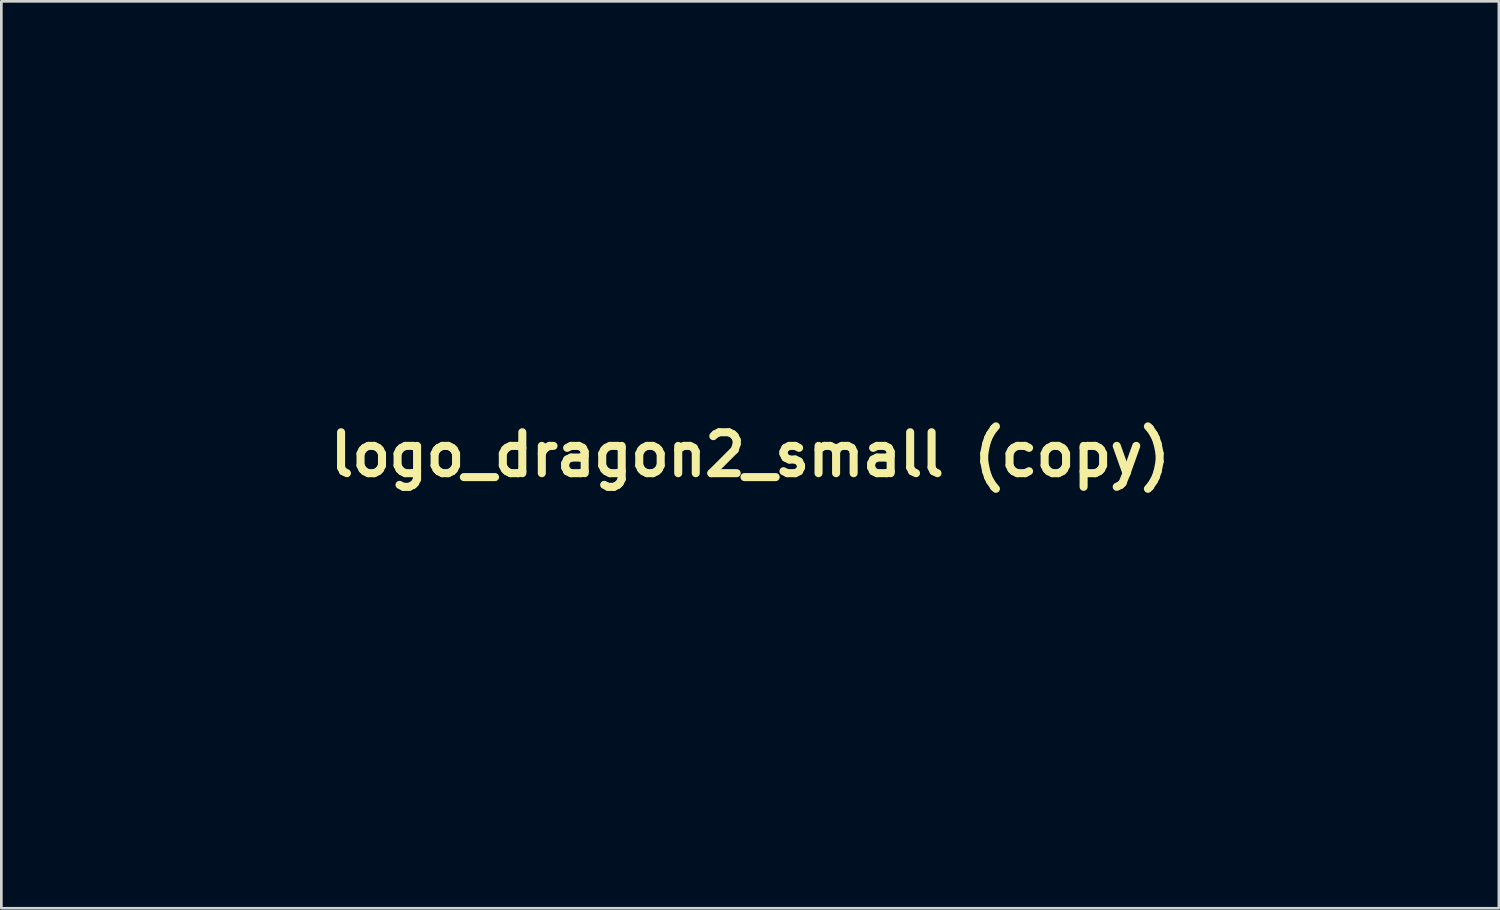
<source format=kicad_pcb>
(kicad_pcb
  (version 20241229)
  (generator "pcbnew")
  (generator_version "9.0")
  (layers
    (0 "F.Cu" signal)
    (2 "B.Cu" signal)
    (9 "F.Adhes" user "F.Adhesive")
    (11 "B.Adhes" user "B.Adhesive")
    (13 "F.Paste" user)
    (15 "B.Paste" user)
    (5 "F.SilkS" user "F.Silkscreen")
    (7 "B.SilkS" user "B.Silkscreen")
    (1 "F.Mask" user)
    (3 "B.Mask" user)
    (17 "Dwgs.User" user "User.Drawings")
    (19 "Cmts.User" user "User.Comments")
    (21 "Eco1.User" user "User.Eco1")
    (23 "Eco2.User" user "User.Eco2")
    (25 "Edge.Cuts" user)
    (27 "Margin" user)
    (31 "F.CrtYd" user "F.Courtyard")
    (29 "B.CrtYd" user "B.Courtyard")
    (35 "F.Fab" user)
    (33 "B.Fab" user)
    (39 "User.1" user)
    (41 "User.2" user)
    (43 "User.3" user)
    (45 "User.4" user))
  (footprint "logo_dragon2_small (copy)"
    (layer "F.Cu")
    (at 24.89 13.88)
    (property "Reference" "logo_dragon2_small (copy)" (at 0 0 0) (layer "F.SilkS") (effects (font (size 1.524 1.524) (thickness 0.3))))
    (attr through_hole)
    (fp_poly (pts (xy -12.59 -13.864) (xy -12.533 -13.843) (xy -12.495 -13.818) (xy -12.488 -13.803) (xy -12.504 -13.78) (xy -12.548 -13.734) (xy -12.616 -13.667) (xy -12.704 -13.585) (xy -12.808 -13.489) (xy -12.924 -13.385) (xy -13.048 -13.276) (xy -13.176 -13.165) (xy -13.304 -13.056) (xy -13.409 -12.968) (xy -13.609 -12.806) (xy -13.827 -12.634) (xy -14.066 -12.451) (xy -14.329 -12.254) (xy -14.619 -12.041) (xy -14.939 -11.811) (xy -15.29 -11.56) (xy -15.399 -11.483) (xy -15.556 -11.372) (xy -15.704 -11.267) (xy -15.838 -11.172) (xy -15.954 -11.089) (xy -16.049 -11.021) (xy -16.118 -10.971) (xy -16.159 -10.94) (xy -16.168 -10.933) (xy -16.178 -10.915) (xy -16.166 -10.892) (xy -16.127 -10.859) (xy -16.066 -10.817) (xy -15.912 -10.722) (xy -15.759 -10.652) (xy -15.604 -10.607) (xy -15.44 -10.585) (xy -15.264 -10.588) (xy -15.069 -10.615) (xy -14.852 -10.665) (xy -14.608 -10.74) (xy -14.467 -10.788) (xy -14.28 -10.856) (xy -14.09 -10.928) (xy -13.893 -11.005) (xy -13.686 -11.089) (xy -13.467 -11.181) (xy -13.23 -11.283) (xy -12.974 -11.396) (xy -12.696 -11.522) (xy -12.39 -11.662) (xy -12.055 -11.818) (xy -11.688 -11.99) (xy -11.502 -12.077) (xy -11.189 -12.225) (xy -10.912 -12.354) (xy -10.668 -12.468) (xy -10.455 -12.567) (xy -10.269 -12.652) (xy -10.11 -12.724) (xy -9.973 -12.785) (xy -9.857 -12.835) (xy -9.758 -12.876) (xy -9.689 -12.904) (xy -9.591 -12.939) (xy -9.493 -12.972) (xy -9.402 -12.998) (xy -9.326 -13.017) (xy -9.273 -13.026) (xy -9.251 -13.022) (xy -9.251 -13.021) (xy -9.256 -13.012) (xy -9.274 -12.995) (xy -9.306 -12.968) (xy -9.354 -12.93) (xy -9.422 -12.878) (xy -9.511 -12.811) (xy -9.624 -12.728) (xy -9.762 -12.626) (xy -9.929 -12.504) (xy -10.127 -12.36) (xy -10.256 -12.265) (xy -10.556 -12.046) (xy -10.824 -11.846) (xy -11.062 -11.665) (xy -11.276 -11.499) (xy -11.468 -11.345) (xy -11.641 -11.202) (xy -11.779 -11.084) (xy -11.853 -11.018) (xy -11.916 -10.964) (xy -11.959 -10.926) (xy -11.977 -10.91) (xy -11.977 -10.91) (xy -11.972 -10.908) (xy -11.947 -10.907) (xy -11.9 -10.909) (xy -11.828 -10.912) (xy -11.729 -10.917) (xy -11.6 -10.924) (xy -11.438 -10.934) (xy -11.24 -10.946) (xy -11.004 -10.961) (xy -10.869 -10.97) (xy -10.533 -10.989) (xy -10.197 -11.003) (xy -9.867 -11.013) (xy -9.546 -11.018) (xy -9.24 -11.019) (xy -8.955 -11.016) (xy -8.694 -11.008) (xy -8.463 -10.996) (xy -8.267 -10.979) (xy -8.189 -10.97) (xy -7.726 -10.902) (xy -7.301 -10.828) (xy -6.909 -10.746) (xy -6.546 -10.656) (xy -6.207 -10.556) (xy -5.889 -10.445) (xy -5.736 -10.385) (xy -5.532 -10.302) (xy -5.364 -10.233) (xy -5.229 -10.177) (xy -5.124 -10.131) (xy -5.046 -10.096) (xy -4.993 -10.068) (xy -4.959 -10.048) (xy -4.95 -10.041) (xy -4.906 -9.976) (xy -4.885 -9.885) (xy -4.886 -9.807) (xy -4.896 -9.758) (xy -4.914 -9.744) (xy -4.929 -9.748) (xy -5.018 -9.781) (xy -5.137 -9.821) (xy -5.274 -9.865) (xy -5.417 -9.909) (xy -5.554 -9.949) (xy -5.675 -9.981) (xy -5.747 -9.999) (xy -6.204 -10.083) (xy -6.682 -10.135) (xy -7.173 -10.154) (xy -7.62 -10.142) (xy -7.781 -10.132) (xy -7.943 -10.12) (xy -8.102 -10.107) (xy -8.252 -10.093) (xy -8.387 -10.079) (xy -8.502 -10.065) (xy -8.59 -10.053) (xy -8.645 -10.042) (xy -8.662 -10.036) (xy -8.65 -10.019) (xy -8.602 -9.982) (xy -8.518 -9.926) (xy -8.398 -9.849) (xy -8.243 -9.754) (xy -8.053 -9.639) (xy -7.829 -9.506) (xy -7.571 -9.355) (xy -7.281 -9.186) (xy -6.941 -8.987) (xy -6.635 -8.806) (xy -6.36 -8.64) (xy -6.113 -8.487) (xy -5.891 -8.344) (xy -5.69 -8.21) (xy -5.508 -8.082) (xy -5.341 -7.958) (xy -5.185 -7.836) (xy -5.039 -7.713) (xy -4.898 -7.586) (xy -4.759 -7.455) (xy -4.619 -7.316) (xy -4.571 -7.267) (xy -4.345 -7.023) (xy -4.148 -6.786) (xy -3.972 -6.543) (xy -3.808 -6.284) (xy -3.803 -6.276) (xy -3.749 -6.182) (xy -3.692 -6.076) (xy -3.635 -5.966) (xy -3.581 -5.857) (xy -3.534 -5.757) (xy -3.496 -5.672) (xy -3.47 -5.609) (xy -3.461 -5.574) (xy -3.462 -5.569) (xy -3.479 -5.581) (xy -3.521 -5.618) (xy -3.586 -5.677) (xy -3.667 -5.753) (xy -3.761 -5.843) (xy -3.815 -5.895) (xy -4.078 -6.146) (xy -4.321 -6.367) (xy -4.546 -6.559) (xy -4.759 -6.727) (xy -4.963 -6.873) (xy -5.163 -7.001) (xy -5.363 -7.114) (xy -5.567 -7.214) (xy -5.642 -7.247) (xy -5.769 -7.302) (xy -5.862 -7.338) (xy -5.924 -7.358) (xy -5.958 -7.362) (xy -5.969 -7.351) (xy -5.969 -7.351) (xy -5.965 -7.327) (xy -5.953 -7.265) (xy -5.935 -7.171) (xy -5.911 -7.048) (xy -5.882 -6.9) (xy -5.848 -6.732) (xy -5.811 -6.548) (xy -5.78 -6.391) (xy -5.71 -6.038) (xy -5.649 -5.722) (xy -5.596 -5.439) (xy -5.552 -5.184) (xy -5.515 -4.953) (xy -5.485 -4.741) (xy -5.462 -4.546) (xy -5.444 -4.361) (xy -5.432 -4.183) (xy -5.425 -4.008) (xy -5.422 -3.831) (xy -5.423 -3.648) (xy -5.425 -3.545) (xy -5.435 -3.259) (xy -5.453 -3.005) (xy -5.48 -2.772) (xy -5.518 -2.549) (xy -5.568 -2.327) (xy -5.632 -2.095) (xy -5.643 -2.059) (xy -5.681 -1.941) (xy -5.723 -1.817) (xy -5.768 -1.694) (xy -5.813 -1.577) (xy -5.856 -1.471) (xy -5.895 -1.382) (xy -5.927 -1.314) (xy -5.952 -1.273) (xy -5.966 -1.263) (xy -5.968 -1.273) (xy -5.966 -1.307) (xy -5.959 -1.373) (xy -5.949 -1.463) (xy -5.936 -1.568) (xy -5.933 -1.591) (xy -5.921 -1.716) (xy -5.911 -1.872) (xy -5.903 -2.051) (xy -5.898 -2.244) (xy -5.895 -2.443) (xy -5.895 -2.641) (xy -5.898 -2.829) (xy -5.903 -3) (xy -5.911 -3.144) (xy -5.922 -3.255) (xy -5.923 -3.26) (xy -5.958 -3.498) (xy -5.995 -3.708) (xy -6.038 -3.904) (xy -6.088 -4.1) (xy -6.15 -4.31) (xy -6.174 -4.386) (xy -6.272 -4.697) (xy -6.349 -4.657) (xy -6.467 -4.584) (xy -6.585 -4.487) (xy -6.686 -4.383) (xy -6.717 -4.344) (xy -6.776 -4.257) (xy -6.829 -4.163) (xy -6.879 -4.056) (xy -6.928 -3.929) (xy -6.979 -3.775) (xy -7.036 -3.586) (xy -7.037 -3.582) (xy -7.192 -3.083) (xy -7.359 -2.621) (xy -7.539 -2.191) (xy -7.735 -1.788) (xy -7.95 -1.407) (xy -8.186 -1.044) (xy -8.445 -0.693) (xy -8.5 -0.624) (xy -8.564 -0.546) (xy -8.639 -0.459) (xy -8.718 -0.369) (xy -8.796 -0.282) (xy -8.869 -0.203) (xy -8.932 -0.137) (xy -8.979 -0.091) (xy -9.005 -0.07) (xy -9.008 -0.069) (xy -9.002 -0.089) (xy -8.981 -0.143) (xy -8.946 -0.223) (xy -8.902 -0.325) (xy -8.849 -0.442) (xy -8.829 -0.488) (xy -8.685 -0.812) (xy -8.558 -1.11) (xy -8.445 -1.396) (xy -8.34 -1.679) (xy -8.239 -1.972) (xy -8.234 -1.988) (xy -8.191 -2.119) (xy -8.147 -2.262) (xy -8.103 -2.41) (xy -8.061 -2.559) (xy -8.021 -2.701) (xy -7.987 -2.832) (xy -7.958 -2.946) (xy -7.937 -3.037) (xy -7.926 -3.099) (xy -7.925 -3.127) (xy -7.925 -3.127) (xy -7.954 -3.132) (xy -8.013 -3.125) (xy -8.091 -3.11) (xy -8.179 -3.088) (xy -8.264 -3.062) (xy -8.338 -3.035) (xy -8.36 -3.026) (xy -8.434 -2.987) (xy -8.504 -2.94) (xy -8.573 -2.883) (xy -8.646 -2.81) (xy -8.725 -2.719) (xy -8.813 -2.604) (xy -8.914 -2.464) (xy -9.032 -2.292) (xy -9.108 -2.18) (xy -9.278 -1.928) (xy -9.43 -1.708) (xy -9.567 -1.516) (xy -9.693 -1.349) (xy -9.809 -1.202) (xy -9.92 -1.072) (xy -10.029 -0.954) (xy -10.138 -0.845) (xy -10.252 -0.74) (xy -10.301 -0.698) (xy -10.399 -0.617) (xy -10.506 -0.532) (xy -10.619 -0.449) (xy -10.729 -0.37) (xy -10.831 -0.301) (xy -10.92 -0.245) (xy -10.988 -0.207) (xy -11.031 -0.191) (xy -11.035 -0.191) (xy -11.027 -0.206) (xy -10.997 -0.25) (xy -10.949 -0.317) (xy -10.887 -0.402) (xy -10.819 -0.492) (xy -10.563 -0.843) (xy -10.333 -1.193) (xy -10.129 -1.537) (xy -9.956 -1.871) (xy -9.814 -2.191) (xy -9.726 -2.433) (xy -9.688 -2.548) (xy -9.745 -2.597) (xy -9.803 -2.63) (xy -9.882 -2.645) (xy -9.988 -2.642) (xy -10.127 -2.622) (xy -10.128 -2.622) (xy -10.235 -2.608) (xy -10.317 -2.614) (xy -10.384 -2.643) (xy -10.429 -2.676) (xy -10.488 -2.728) (xy -10.403 -2.816) (xy -10.334 -2.882) (xy -10.255 -2.943) (xy -10.159 -3.004) (xy -10.04 -3.068) (xy -9.89 -3.14) (xy -9.811 -3.176) (xy -9.385 -3.387) (xy -8.991 -3.625) (xy -8.629 -3.889) (xy -8.297 -4.182) (xy -7.995 -4.503) (xy -7.956 -4.549) (xy -7.775 -4.776) (xy -7.626 -4.987) (xy -7.505 -5.189) (xy -7.41 -5.39) (xy -7.336 -5.596) (xy -7.28 -5.815) (xy -7.246 -6.001) (xy -7.231 -6.141) (xy -7.224 -6.31) (xy -7.223 -6.494) (xy -7.229 -6.681) (xy -7.242 -6.858) (xy -7.26 -7.012) (xy -7.27 -7.064) (xy -7.342 -7.351) (xy -7.439 -7.612) (xy -7.559 -7.845) (xy -7.701 -8.046) (xy -7.864 -8.214) (xy -7.947 -8.28) (xy -8 -8.312) (xy -8.068 -8.344) (xy -8.14 -8.372) (xy -8.206 -8.393) (xy -8.252 -8.401) (xy -8.267 -8.398) (xy -8.262 -8.376) (xy -8.242 -8.325) (xy -8.21 -8.25) (xy -8.169 -8.161) (xy -8.091 -7.982) (xy -8.015 -7.784) (xy -7.947 -7.583) (xy -7.891 -7.393) (xy -7.862 -7.271) (xy -7.842 -7.144) (xy -7.83 -6.989) (xy -7.826 -6.837) (xy -7.832 -6.645) (xy -7.854 -6.465) (xy -7.894 -6.293) (xy -7.954 -6.121) (xy -8.037 -5.945) (xy -8.145 -5.758) (xy -8.281 -5.554) (xy -8.44 -5.337) (xy -8.516 -5.239) (xy -8.581 -5.156) (xy -8.644 -5.081) (xy -8.712 -5.005) (xy -8.79 -4.921) (xy -8.888 -4.82) (xy -8.961 -4.745) (xy -9.236 -4.486) (xy -9.515 -4.262) (xy -9.81 -4.068) (xy -10.129 -3.897) (xy -10.308 -3.814) (xy -10.642 -3.664) (xy -10.944 -3.515) (xy -11.226 -3.363) (xy -11.498 -3.202) (xy -11.769 -3.025) (xy -12.05 -2.827) (xy -12.231 -2.693) (xy -12.449 -2.523) (xy -12.633 -2.363) (xy -12.789 -2.207) (xy -12.924 -2.049) (xy -13.041 -1.882) (xy -13.148 -1.701) (xy -13.185 -1.632) (xy -13.306 -1.362) (xy -13.401 -1.081) (xy -13.469 -0.795) (xy -13.51 -0.509) (xy -13.523 -0.229) (xy -13.508 0.04) (xy -13.464 0.291) (xy -13.392 0.52) (xy -13.363 0.586) (xy -13.267 0.742) (xy -13.134 0.878) (xy -12.965 0.992) (xy -12.76 1.086) (xy -12.52 1.158) (xy -12.245 1.209) (xy -11.935 1.238) (xy -11.864 1.242) (xy -11.597 1.242) (xy -11.297 1.224) (xy -10.969 1.188) (xy -10.617 1.135) (xy -10.246 1.064) (xy -10.067 1.026) (xy -9.955 1.003) (xy -9.846 0.987) (xy -9.747 0.977) (xy -9.666 0.973) (xy -9.611 0.977) (xy -9.589 0.99) (xy -9.588 0.991) (xy -9.607 1.013) (xy -9.656 1.048) (xy -9.729 1.093) (xy -9.818 1.142) (xy -9.917 1.194) (xy -10.017 1.242) (xy -10.111 1.283) (xy -10.132 1.292) (xy -10.214 1.322) (xy -10.328 1.36) (xy -10.464 1.404) (xy -10.614 1.451) (xy -10.77 1.498) (xy -10.849 1.521) (xy -10.996 1.565) (xy -11.136 1.607) (xy -11.262 1.645) (xy -11.367 1.678) (xy -11.442 1.703) (xy -11.472 1.714) (xy -11.581 1.758) (xy -11.682 1.802) (xy -11.768 1.843) (xy -11.833 1.877) (xy -11.869 1.901) (xy -11.874 1.908) (xy -11.858 1.931) (xy -11.812 1.971) (xy -11.744 2.022) (xy -11.663 2.08) (xy -11.574 2.138) (xy -11.487 2.193) (xy -11.407 2.238) (xy -11.392 2.246) (xy -11.117 2.364) (xy -10.835 2.444) (xy -10.549 2.484) (xy -10.263 2.486) (xy -9.981 2.45) (xy -9.708 2.375) (xy -9.446 2.263) (xy -9.2 2.113) (xy -9.175 2.095) (xy -9.041 1.987) (xy -8.891 1.846) (xy -8.73 1.68) (xy -8.56 1.493) (xy -8.388 1.29) (xy -8.216 1.077) (xy -8.051 0.859) (xy -7.894 0.641) (xy -7.753 0.43) (xy -7.629 0.229) (xy -7.572 0.127) (xy -7.498 0.001) (xy -7.431 -0.089) (xy -7.366 -0.149) (xy -7.297 -0.183) (xy -7.271 -0.19) (xy -7.193 -0.208) (xy -7.207 -0.131) (xy -7.24 0.027) (xy -7.286 0.214) (xy -7.348 0.431) (xy -7.425 0.682) (xy -7.518 0.968) (xy -7.535 1.021) (xy -7.585 1.173) (xy -7.63 1.311) (xy -7.667 1.43) (xy -7.696 1.525) (xy -7.715 1.593) (xy -7.723 1.627) (xy -7.722 1.63) (xy -7.677 1.622) (xy -7.602 1.599) (xy -7.507 1.566) (xy -7.402 1.525) (xy -7.295 1.481) (xy -7.196 1.437) (xy -7.144 1.411) (xy -6.861 1.244) (xy -6.587 1.036) (xy -6.322 0.787) (xy -6.065 0.498) (xy -5.818 0.17) (xy -5.581 -0.197) (xy -5.353 -0.602) (xy -5.136 -1.045) (xy -4.93 -1.526) (xy -4.734 -2.042) (xy -4.55 -2.595) (xy -4.378 -3.184) (xy -4.317 -3.408) (xy -4.286 -3.524) (xy -4.257 -3.627) (xy -4.232 -3.708) (xy -4.214 -3.761) (xy -4.206 -3.778) (xy -4.2 -3.766) (xy -4.197 -3.717) (xy -4.196 -3.637) (xy -4.197 -3.53) (xy -4.2 -3.404) (xy -4.205 -3.262) (xy -4.212 -3.11) (xy -4.22 -2.954) (xy -4.23 -2.799) (xy -4.24 -2.651) (xy -4.246 -2.582) (xy -4.263 -2.406) (xy -4.285 -2.212) (xy -4.31 -2.011) (xy -4.337 -1.813) (xy -4.365 -1.627) (xy -4.392 -1.464) (xy -4.415 -1.348) (xy -4.434 -1.251) (xy -4.442 -1.191) (xy -4.437 -1.164) (xy -4.416 -1.167) (xy -4.376 -1.194) (xy -4.344 -1.219) (xy -4.018 -1.504) (xy -3.729 -1.806) (xy -3.476 -2.127) (xy -3.421 -2.207) (xy -3.351 -2.313) (xy -3.288 -2.417) (xy -3.228 -2.524) (xy -3.168 -2.644) (xy -3.103 -2.783) (xy -3.029 -2.948) (xy -2.966 -3.097) (xy -2.762 -3.551) (xy -2.554 -3.968) (xy -2.337 -4.352) (xy -2.11 -4.708) (xy -1.868 -5.041) (xy -1.609 -5.356) (xy -1.329 -5.658) (xy -1.291 -5.695) (xy -1.118 -5.866) (xy -0.964 -6.011) (xy -0.822 -6.135) (xy -0.685 -6.247) (xy -0.545 -6.352) (xy -0.534 -6.36) (xy -0.475 -6.399) (xy -0.43 -6.423) (xy -0.409 -6.427) (xy -0.41 -6.401) (xy -0.426 -6.346) (xy -0.456 -6.27) (xy -0.496 -6.182) (xy -0.541 -6.09) (xy -0.568 -6.04) (xy -0.602 -5.986) (xy -0.656 -5.904) (xy -0.726 -5.802) (xy -0.808 -5.687) (xy -0.897 -5.565) (xy -0.944 -5.501) (xy -1.053 -5.35) (xy -1.152 -5.208) (xy -1.238 -5.079) (xy -1.304 -4.97) (xy -1.343 -4.9) (xy -1.408 -4.765) (xy -1.473 -4.624) (xy -1.534 -4.485) (xy -1.588 -4.357) (xy -1.631 -4.247) (xy -1.661 -4.162) (xy -1.67 -4.127) (xy -1.685 -4.039) (xy -1.691 -3.947) (xy -1.689 -3.86) (xy -1.68 -3.787) (xy -1.664 -3.74) (xy -1.646 -3.725) (xy -1.609 -3.735) (xy -1.545 -3.763) (xy -1.46 -3.803) (xy -1.362 -3.852) (xy -1.259 -3.907) (xy -1.161 -3.962) (xy -1.073 -4.014) (xy -1.043 -4.034) (xy -0.914 -4.12) (xy -0.792 -4.208) (xy -0.668 -4.305) (xy -0.534 -4.418) (xy -0.38 -4.553) (xy -0.35 -4.58) (xy -0.149 -4.755) (xy 0.037 -4.905) (xy 0.219 -5.038) (xy 0.381 -5.147) (xy 0.807 -5.399) (xy 1.264 -5.63) (xy 1.748 -5.838) (xy 2.251 -6.02) (xy 2.769 -6.175) (xy 3.296 -6.3) (xy 3.825 -6.393) (xy 3.895 -6.403) (xy 4.012 -6.417) (xy 4.146 -6.428) (xy 4.293 -6.437) (xy 4.447 -6.445) (xy 4.603 -6.45) (xy 4.755 -6.452) (xy 4.898 -6.453) (xy 5.028 -6.451) (xy 5.138 -6.446) (xy 5.224 -6.44) (xy 5.28 -6.431) (xy 5.302 -6.419) (xy 5.299 -6.413) (xy 5.265 -6.396) (xy 5.193 -6.37) (xy 5.086 -6.338) (xy 4.947 -6.299) (xy 4.78 -6.256) (xy 4.588 -6.208) (xy 4.477 -6.182) (xy 4.283 -6.135) (xy 4.124 -6.096) (xy 3.994 -6.063) (xy 3.886 -6.033) (xy 3.794 -6.005) (xy 3.71 -5.977) (xy 3.63 -5.947) (xy 3.546 -5.913) (xy 3.5 -5.893) (xy 3.342 -5.824) (xy 3.164 -5.742) (xy 2.973 -5.651) (xy 2.779 -5.555) (xy 2.588 -5.46) (xy 2.41 -5.367) (xy 2.252 -5.283) (xy 2.122 -5.209) (xy 2.09 -5.191) (xy 1.985 -5.128) (xy 1.911 -5.083) (xy 1.869 -5.049) (xy 1.861 -5.022) (xy 1.887 -4.998) (xy 1.949 -4.972) (xy 2.048 -4.938) (xy 2.166 -4.9) (xy 2.334 -4.847) (xy 2.475 -4.808) (xy 2.601 -4.782) (xy 2.723 -4.765) (xy 2.855 -4.757) (xy 2.985 -4.755) (xy 3.113 -4.756) (xy 3.223 -4.761) (xy 3.33 -4.773) (xy 3.449 -4.791) (xy 3.593 -4.819) (xy 3.598 -4.82) (xy 3.802 -4.86) (xy 3.983 -4.892) (xy 4.149 -4.917) (xy 4.31 -4.935) (xy 4.474 -4.948) (xy 4.652 -4.957) (xy 4.851 -4.961) (xy 5.081 -4.963) (xy 5.144 -4.963) (xy 5.357 -4.963) (xy 5.536 -4.96) (xy 5.686 -4.957) (xy 5.815 -4.95) (xy 5.93 -4.942) (xy 6.038 -4.931) (xy 6.085 -4.925) (xy 6.674 -4.83) (xy 7.244 -4.7) (xy 7.801 -4.533) (xy 8.117 -4.421) (xy 8.248 -4.37) (xy 8.34 -4.332) (xy 8.394 -4.305) (xy 8.412 -4.289) (xy 8.394 -4.282) (xy 8.343 -4.284) (xy 8.297 -4.289) (xy 8.248 -4.292) (xy 8.161 -4.296) (xy 8.042 -4.298) (xy 7.895 -4.301) (xy 7.726 -4.303) (xy 7.539 -4.305) (xy 7.34 -4.306) (xy 7.176 -4.306) (xy 6.936 -4.306) (xy 6.735 -4.306) (xy 6.567 -4.305) (xy 6.427 -4.303) (xy 6.312 -4.3) (xy 6.216 -4.296) (xy 6.135 -4.291) (xy 6.065 -4.285) (xy 6.001 -4.277) (xy 5.953 -4.27) (xy 5.569 -4.188) (xy 5.201 -4.067) (xy 5.182 -4.06) (xy 5.015 -3.994) (xy 5.137 -3.917) (xy 5.292 -3.824) (xy 5.448 -3.737) (xy 5.61 -3.656) (xy 5.784 -3.578) (xy 5.975 -3.501) (xy 6.186 -3.423) (xy 6.422 -3.343) (xy 6.689 -3.259) (xy 6.991 -3.168) (xy 7.11 -3.133) (xy 7.345 -3.064) (xy 7.546 -3.005) (xy 7.716 -2.953) (xy 7.863 -2.908) (xy 7.99 -2.866) (xy 8.104 -2.827) (xy 8.211 -2.788) (xy 8.315 -2.749) (xy 8.366 -2.728) (xy 8.595 -2.63) (xy 8.819 -2.52) (xy 9.031 -2.402) (xy 9.222 -2.282) (xy 9.385 -2.163) (xy 9.462 -2.098) (xy 9.557 -2.013) (xy 9.356 -2.066) (xy 9.247 -2.095) (xy 9.118 -2.131) (xy 8.987 -2.168) (xy 8.911 -2.19) (xy 8.681 -2.256) (xy 8.456 -2.315) (xy 8.245 -2.365) (xy 8.059 -2.405) (xy 7.958 -2.423) (xy 7.836 -2.438) (xy 7.697 -2.448) (xy 7.547 -2.453) (xy 7.395 -2.453) (xy 7.247 -2.449) (xy 7.112 -2.44) (xy 6.996 -2.427) (xy 6.908 -2.411) (xy 6.857 -2.392) (xy 6.848 -2.375) (xy 6.851 -2.341) (xy 6.868 -2.284) (xy 6.9 -2.196) (xy 6.92 -2.145) (xy 6.981 -1.998) (xy 7.057 -1.835) (xy 7.148 -1.652) (xy 7.256 -1.446) (xy 7.383 -1.214) (xy 7.53 -0.953) (xy 7.699 -0.66) (xy 7.712 -0.638) (xy 7.884 -0.34) (xy 8.034 -0.073) (xy 8.164 0.168) (xy 8.276 0.388) (xy 8.37 0.591) (xy 8.45 0.781) (xy 8.517 0.963) (xy 8.573 1.142) (xy 8.62 1.321) (xy 8.659 1.506) (xy 8.692 1.7) (xy 8.709 1.815) (xy 8.714 1.872) (xy 8.707 1.898) (xy 8.685 1.905) (xy 8.683 1.905) (xy 8.642 1.889) (xy 8.586 1.846) (xy 8.525 1.784) (xy 8.468 1.714) (xy 8.434 1.663) (xy 8.409 1.61) (xy 8.374 1.528) (xy 8.334 1.426) (xy 8.294 1.315) (xy 8.286 1.292) (xy 8.25 1.185) (xy 8.221 1.102) (xy 8.195 1.036) (xy 8.168 0.978) (xy 8.136 0.92) (xy 8.094 0.854) (xy 8.04 0.773) (xy 7.967 0.669) (xy 7.929 0.614) (xy 7.845 0.498) (xy 7.755 0.382) (xy 7.664 0.272) (xy 7.577 0.173) (xy 7.498 0.089) (xy 7.431 0.025) (xy 7.381 -0.013) (xy 7.358 -0.021) (xy 7.335 -0.002) (xy 7.302 0.049) (xy 7.264 0.126) (xy 7.223 0.22) (xy 7.184 0.324) (xy 7.155 0.412) (xy 7.125 0.521) (xy 7.1 0.635) (xy 7.08 0.756) (xy 7.064 0.889) (xy 7.053 1.039) (xy 7.046 1.21) (xy 7.044 1.407) (xy 7.045 1.632) (xy 7.049 1.892) (xy 7.056 2.17) (xy 7.062 2.431) (xy 7.063 2.656) (xy 7.058 2.85) (xy 7.046 3.021) (xy 7.028 3.172) (xy 7.001 3.311) (xy 6.967 3.443) (xy 6.923 3.574) (xy 6.889 3.662) (xy 6.864 3.723) (xy 6.843 3.771) (xy 6.826 3.801) (xy 6.81 3.812) (xy 6.794 3.801) (xy 6.779 3.766) (xy 6.762 3.702) (xy 6.742 3.609) (xy 6.718 3.482) (xy 6.69 3.319) (xy 6.656 3.118) (xy 6.649 3.075) (xy 6.618 2.897) (xy 6.589 2.73) (xy 6.563 2.58) (xy 6.54 2.452) (xy 6.521 2.35) (xy 6.508 2.279) (xy 6.501 2.245) (xy 6.5 2.245) (xy 6.479 2.209) (xy 6.435 2.183) (xy 6.38 2.166) (xy 6.318 2.152) (xy 6.278 2.152) (xy 6.244 2.172) (xy 6.205 2.207) (xy 6.118 2.304) (xy 6.025 2.43) (xy 5.935 2.574) (xy 5.868 2.699) (xy 5.804 2.839) (xy 5.744 2.999) (xy 5.686 3.182) (xy 5.63 3.393) (xy 5.573 3.638) (xy 5.522 3.881) (xy 5.476 4.113) (xy 5.435 4.309) (xy 5.398 4.475) (xy 5.364 4.616) (xy 5.332 4.739) (xy 5.3 4.849) (xy 5.267 4.953) (xy 5.249 5.006) (xy 5.206 5.118) (xy 5.152 5.242) (xy 5.092 5.367) (xy 5.032 5.483) (xy 4.975 5.582) (xy 4.928 5.652) (xy 4.918 5.664) (xy 4.866 5.726) (xy 4.877 5.503) (xy 4.887 5.384) (xy 4.906 5.237) (xy 4.933 5.072) (xy 4.965 4.911) (xy 5.015 4.633) (xy 5.046 4.382) (xy 5.058 4.16) (xy 5.05 3.969) (xy 5.027 3.832) (xy 5.01 3.763) (xy 4.993 3.718) (xy 4.97 3.698) (xy 4.933 3.7) (xy 4.875 3.723) (xy 4.788 3.766) (xy 4.752 3.785) (xy 4.635 3.856) (xy 4.514 3.955) (xy 4.431 4.034) (xy 4.343 4.129) (xy 4.265 4.23) (xy 4.193 4.343) (xy 4.126 4.473) (xy 4.061 4.625) (xy 3.995 4.805) (xy 3.925 5.019) (xy 3.884 5.154) (xy 3.819 5.364) (xy 3.759 5.541) (xy 3.701 5.693) (xy 3.642 5.827) (xy 3.62 5.874) (xy 3.558 5.991) (xy 3.496 6.098) (xy 3.437 6.187) (xy 3.384 6.254) (xy 3.341 6.295) (xy 3.313 6.303) (xy 3.31 6.301) (xy 3.294 6.262) (xy 3.285 6.19) (xy 3.283 6.093) (xy 3.288 5.979) (xy 3.3 5.857) (xy 3.318 5.733) (xy 3.324 5.699) (xy 3.343 5.588) (xy 3.359 5.479) (xy 3.37 5.387) (xy 3.373 5.334) (xy 3.369 5.247) (xy 3.356 5.161) (xy 3.336 5.088) (xy 3.313 5.036) (xy 3.289 5.016) (xy 3.289 5.016) (xy 3.256 5.024) (xy 3.196 5.042) (xy 3.127 5.067) (xy 2.868 5.184) (xy 2.611 5.338) (xy 2.359 5.523) (xy 2.119 5.735) (xy 1.895 5.968) (xy 1.692 6.216) (xy 1.517 6.475) (xy 1.373 6.738) (xy 1.267 6.996) (xy 1.234 7.134) (xy 1.217 7.289) (xy 1.216 7.449) (xy 1.232 7.599) (xy 1.265 7.725) (xy 1.268 7.734) (xy 1.339 7.859) (xy 1.447 7.981) (xy 1.589 8.098) (xy 1.76 8.206) (xy 1.955 8.303) (xy 2.171 8.388) (xy 2.403 8.458) (xy 2.646 8.511) (xy 2.787 8.532) (xy 2.95 8.545) (xy 3.14 8.547) (xy 3.341 8.54) (xy 3.538 8.524) (xy 3.716 8.5) (xy 3.768 8.49) (xy 3.954 8.45) (xy 4.149 8.4) (xy 4.354 8.342) (xy 4.573 8.274) (xy 4.808 8.194) (xy 5.062 8.102) (xy 5.339 7.997) (xy 5.641 7.877) (xy 5.971 7.741) (xy 6.332 7.589) (xy 6.726 7.42) (xy 6.9 7.344) (xy 7.231 7.201) (xy 7.526 7.073) (xy 7.792 6.96) (xy 8.032 6.86) (xy 8.249 6.771) (xy 8.449 6.691) (xy 8.634 6.619) (xy 8.81 6.553) (xy 8.98 6.492) (xy 9.149 6.434) (xy 9.249 6.4) (xy 9.727 6.244) (xy 10.171 6.106) (xy 10.587 5.985) (xy 10.98 5.878) (xy 11.353 5.785) (xy 11.712 5.705) (xy 12.061 5.637) (xy 12.266 5.601) (xy 12.449 5.571) (xy 12.615 5.546) (xy 12.771 5.526) (xy 12.924 5.509) (xy 13.081 5.495) (xy 13.25 5.485) (xy 13.437 5.476) (xy 13.649 5.468) (xy 13.894 5.462) (xy 14.002 5.46) (xy 14.248 5.454) (xy 14.455 5.448) (xy 14.625 5.443) (xy 14.761 5.437) (xy 14.866 5.43) (xy 14.943 5.423) (xy 14.995 5.415) (xy 15.024 5.406) (xy 15.034 5.396) (xy 15.027 5.384) (xy 15.026 5.383) (xy 14.977 5.352) (xy 14.897 5.313) (xy 14.794 5.27) (xy 14.679 5.225) (xy 14.56 5.184) (xy 14.503 5.165) (xy 14.378 5.13) (xy 14.251 5.1) (xy 14.113 5.074) (xy 13.958 5.051) (xy 13.776 5.029) (xy 13.562 5.008) (xy 13.525 5.005) (xy 13.307 4.984) (xy 13.13 4.964) (xy 12.994 4.946) (xy 12.897 4.929) (xy 12.84 4.914) (xy 12.821 4.9) (xy 12.837 4.883) (xy 12.887 4.852) (xy 12.965 4.808) (xy 13.066 4.755) (xy 13.184 4.695) (xy 13.314 4.632) (xy 13.45 4.566) (xy 13.588 4.502) (xy 13.722 4.442) (xy 13.847 4.387) (xy 13.951 4.344) (xy 14.456 4.159) (xy 14.962 4.002) (xy 15.477 3.873) (xy 16.011 3.768) (xy 16.573 3.685) (xy 16.607 3.681) (xy 16.797 3.662) (xy 17.019 3.647) (xy 17.266 3.635) (xy 17.529 3.627) (xy 17.803 3.623) (xy 18.079 3.623) (xy 18.351 3.626) (xy 18.612 3.633) (xy 18.853 3.643) (xy 19.069 3.658) (xy 19.25 3.676) (xy 19.283 3.68) (xy 19.399 3.696) (xy 19.262 3.71) (xy 19.201 3.715) (xy 19.106 3.722) (xy 18.985 3.729) (xy 18.845 3.736) (xy 18.695 3.743) (xy 18.605 3.747) (xy 18.259 3.764) (xy 17.951 3.784) (xy 17.675 3.808) (xy 17.427 3.838) (xy 17.202 3.874) (xy 16.996 3.917) (xy 16.804 3.968) (xy 16.621 4.027) (xy 16.442 4.096) (xy 16.263 4.175) (xy 16.259 4.176) (xy 16.146 4.23) (xy 16.248 4.305) (xy 16.345 4.366) (xy 16.456 4.413) (xy 16.588 4.448) (xy 16.748 4.473) (xy 16.923 4.488) (xy 17.603 4.548) (xy 18.274 4.636) (xy 18.932 4.751) (xy 19.573 4.891) (xy 20.194 5.057) (xy 20.789 5.246) (xy 21.357 5.458) (xy 21.891 5.692) (xy 21.967 5.728) (xy 22.084 5.786) (xy 22.172 5.833) (xy 22.243 5.878) (xy 22.306 5.927) (xy 22.374 5.988) (xy 22.428 6.041) (xy 22.497 6.111) (xy 22.554 6.172) (xy 22.593 6.217) (xy 22.606 6.238) (xy 22.587 6.239) (xy 22.532 6.228) (xy 22.448 6.208) (xy 22.34 6.18) (xy 22.213 6.145) (xy 22.103 6.113) (xy 21.696 5.997) (xy 21.323 5.895) (xy 20.983 5.809) (xy 20.67 5.736) (xy 20.382 5.675) (xy 20.115 5.627) (xy 19.864 5.59) (xy 19.77 5.579) (xy 19.679 5.57) (xy 19.565 5.563) (xy 19.436 5.557) (xy 19.296 5.552) (xy 19.153 5.548) (xy 19.012 5.546) (xy 18.881 5.545) (xy 18.764 5.546) (xy 18.668 5.548) (xy 18.6 5.553) (xy 18.566 5.559) (xy 18.563 5.562) (xy 18.581 5.576) (xy 18.631 5.605) (xy 18.707 5.646) (xy 18.802 5.695) (xy 18.885 5.736) (xy 19.599 6.109) (xy 20.3 6.516) (xy 20.983 6.953) (xy 21.644 7.418) (xy 22.281 7.909) (xy 22.887 8.422) (xy 23.46 8.954) (xy 23.742 9.236) (xy 23.852 9.35) (xy 23.969 9.475) (xy 24.091 9.607) (xy 24.214 9.743) (xy 24.336 9.879) (xy 24.452 10.012) (xy 24.561 10.137) (xy 24.658 10.251) (xy 24.74 10.351) (xy 24.805 10.432) (xy 24.848 10.491) (xy 24.868 10.524) (xy 24.868 10.53) (xy 24.85 10.52) (xy 24.807 10.488) (xy 24.747 10.439) (xy 24.701 10.4) (xy 24.388 10.136) (xy 24.043 9.86) (xy 23.672 9.578) (xy 23.284 9.294) (xy 22.884 9.013) (xy 22.584 8.811) (xy 22.435 8.712) (xy 22.278 8.61) (xy 22.119 8.507) (xy 21.962 8.406) (xy 21.811 8.31) (xy 21.67 8.221) (xy 21.543 8.143) (xy 21.436 8.078) (xy 21.352 8.028) (xy 21.295 7.996) (xy 21.273 7.986) (xy 21.24 7.995) (xy 21.194 8.028) (xy 21.174 8.048) (xy 21.108 8.117) (xy 21.796 9.271) (xy 21.995 9.607) (xy 22.173 9.911) (xy 22.332 10.19) (xy 22.476 10.446) (xy 22.605 10.685) (xy 22.723 10.912) (xy 22.831 11.13) (xy 22.932 11.344) (xy 23.028 11.559) (xy 23.122 11.779) (xy 23.215 12.009) (xy 23.31 12.253) (xy 23.364 12.393) (xy 23.401 12.494) (xy 23.446 12.617) (xy 23.496 12.756) (xy 23.549 12.905) (xy 23.604 13.061) (xy 23.658 13.216) (xy 23.71 13.367) (xy 23.759 13.507) (xy 23.801 13.632) (xy 23.836 13.735) (xy 23.861 13.812) (xy 23.874 13.857) (xy 23.876 13.866) (xy 23.856 13.875) (xy 23.804 13.881) (xy 23.729 13.885) (xy 23.698 13.885) (xy 23.52 13.885) (xy 23.483 13.785) (xy 23.249 13.187) (xy 22.989 12.621) (xy 22.702 12.085) (xy 22.387 11.576) (xy 22.042 11.092) (xy 21.761 10.742) (xy 21.68 10.648) (xy 21.578 10.536) (xy 21.462 10.413) (xy 21.34 10.285) (xy 21.218 10.159) (xy 21.102 10.043) (xy 21 9.944) (xy 20.918 9.868) (xy 20.905 9.857) (xy 20.781 9.749) (xy 20.796 9.865) (xy 20.811 9.968) (xy 20.835 10.103) (xy 20.866 10.27) (xy 20.907 10.472) (xy 20.957 10.71) (xy 21.016 10.986) (xy 21.082 11.292) (xy 21.15 11.605) (xy 21.208 11.88) (xy 21.256 12.122) (xy 21.296 12.336) (xy 21.329 12.525) (xy 21.354 12.693) (xy 21.374 12.845) (xy 21.376 12.869) (xy 21.39 13.017) (xy 21.402 13.174) (xy 21.411 13.331) (xy 21.416 13.479) (xy 21.418 13.609) (xy 21.416 13.713) (xy 21.412 13.764) (xy 21.396 13.885) (xy 21.218 13.885) (xy 21.137 13.552) (xy 20.949 12.862) (xy 20.728 12.197) (xy 20.473 11.559) (xy 20.186 10.948) (xy 19.865 10.362) (xy 19.51 9.801) (xy 19.122 9.267) (xy 18.701 8.758) (xy 18.499 8.536) (xy 18.345 8.371) (xy 18.36 8.488) (xy 18.376 8.595) (xy 18.396 8.704) (xy 18.423 8.822) (xy 18.457 8.951) (xy 18.501 9.098) (xy 18.554 9.267) (xy 18.619 9.462) (xy 18.698 9.688) (xy 18.763 9.873) (xy 18.855 10.147) (xy 18.928 10.395) (xy 18.983 10.629) (xy 19.024 10.858) (xy 19.051 11.092) (xy 19.059 11.181) (xy 19.062 11.253) (xy 19.06 11.304) (xy 19.054 11.324) (xy 19.054 11.324) (xy 19.039 11.306) (xy 19.01 11.258) (xy 18.971 11.186) (xy 18.926 11.098) (xy 18.926 11.097) (xy 18.84 10.931) (xy 18.739 10.741) (xy 18.628 10.54) (xy 18.513 10.337) (xy 18.401 10.145) (xy 18.299 9.975) (xy 18.256 9.906) (xy 17.939 9.437) (xy 17.606 9.007) (xy 17.256 8.614) (xy 16.889 8.258) (xy 16.503 7.938) (xy 16.161 7.694) (xy 16.053 7.624) (xy 15.937 7.552) (xy 15.819 7.481) (xy 15.703 7.414) (xy 15.596 7.354) (xy 15.504 7.305) (xy 15.432 7.269) (xy 15.385 7.25) (xy 15.371 7.249) (xy 15.372 7.275) (xy 15.39 7.334) (xy 15.422 7.422) (xy 15.466 7.534) (xy 15.522 7.664) (xy 15.562 7.754) (xy 15.666 7.989) (xy 15.755 8.189) (xy 15.828 8.36) (xy 15.889 8.506) (xy 15.937 8.63) (xy 15.976 8.739) (xy 16.006 8.835) (xy 16.029 8.923) (xy 16.047 9.008) (xy 16.061 9.094) (xy 16.067 9.135) (xy 16.076 9.225) (xy 16.08 9.329) (xy 16.081 9.438) (xy 16.078 9.543) (xy 16.072 9.634) (xy 16.063 9.702) (xy 16.051 9.738) (xy 16.05 9.739) (xy 16.036 9.725) (xy 16.004 9.679) (xy 15.958 9.605) (xy 15.899 9.507) (xy 15.831 9.391) (xy 15.757 9.26) (xy 15.748 9.244) (xy 15.529 8.863) (xy 15.319 8.522) (xy 15.115 8.218) (xy 14.917 7.95) (xy 14.721 7.715) (xy 14.526 7.513) (xy 14.33 7.341) (xy 14.131 7.197) (xy 13.926 7.081) (xy 13.714 6.989) (xy 13.494 6.92) (xy 13.261 6.873) (xy 13.038 6.848) (xy 12.815 6.843) (xy 12.56 6.859) (xy 12.279 6.895) (xy 11.976 6.951) (xy 11.656 7.025) (xy 11.323 7.115) (xy 10.982 7.222) (xy 10.639 7.344) (xy 10.497 7.399) (xy 10.332 7.465) (xy 10.168 7.534) (xy 10.002 7.607) (xy 9.83 7.687) (xy 9.648 7.774) (xy 9.453 7.871) (xy 9.241 7.98) (xy 9.007 8.102) (xy 8.75 8.24) (xy 8.464 8.395) (xy 8.147 8.568) (xy 8.043 8.625) (xy 7.711 8.808) (xy 7.411 8.971) (xy 7.14 9.116) (xy 6.893 9.246) (xy 6.666 9.363) (xy 6.456 9.469) (xy 6.258 9.565) (xy 6.069 9.654) (xy 5.884 9.737) (xy 5.698 9.817) (xy 5.51 9.896) (xy 5.408 9.937) (xy 4.869 10.14) (xy 4.345 10.307) (xy 3.83 10.439) (xy 3.322 10.536) (xy 2.814 10.6) (xy 2.482 10.625) (xy 2.016 10.634) (xy 1.579 10.613) (xy 1.169 10.559) (xy 0.787 10.474) (xy 0.434 10.357) (xy 0.108 10.208) (xy -0.19 10.027) (xy -0.46 9.815) (xy -0.584 9.698) (xy -0.79 9.462) (xy -0.974 9.195) (xy -1.133 8.902) (xy -1.263 8.592) (xy -1.36 8.27) (xy -1.39 8.137) (xy -1.413 7.976) (xy -1.425 7.787) (xy -1.427 7.587) (xy -1.419 7.387) (xy -1.4 7.204) (xy -1.38 7.085) (xy -1.299 6.782) (xy -1.186 6.469) (xy -1.039 6.145) (xy -0.858 5.808) (xy -0.641 5.454) (xy -0.534 5.292) (xy -0.397 5.095) (xy -0.264 4.917) (xy -0.129 4.751) (xy 0.011 4.594) (xy 0.161 4.442) (xy 0.326 4.29) (xy 0.511 4.133) (xy 0.719 3.967) (xy 0.956 3.787) (xy 1.155 3.641) (xy 1.394 3.467) (xy 1.637 3.289) (xy 1.879 3.11) (xy 2.118 2.932) (xy 2.351 2.758) (xy 2.573 2.591) (xy 2.783 2.432) (xy 2.976 2.285) (xy 3.149 2.152) (xy 3.299 2.035) (xy 3.423 1.937) (xy 3.518 1.86) (xy 3.548 1.834) (xy 3.849 1.554) (xy 4.116 1.263) (xy 4.345 0.965) (xy 4.506 0.709) (xy 4.653 0.412) (xy 4.759 0.11) (xy 4.823 -0.197) (xy 4.845 -0.507) (xy 4.825 -0.818) (xy 4.764 -1.13) (xy 4.662 -1.44) (xy 4.517 -1.748) (xy 4.443 -1.88) (xy 4.251 -2.172) (xy 4.048 -2.428) (xy 3.829 -2.652) (xy 3.589 -2.848) (xy 3.321 -3.022) (xy 3.101 -3.14) (xy 2.766 -3.284) (xy 2.41 -3.397) (xy 2.041 -3.477) (xy 1.666 -3.523) (xy 1.294 -3.533) (xy 0.933 -3.507) (xy 0.91 -3.504) (xy 0.643 -3.46) (xy 0.398 -3.401) (xy 0.164 -3.323) (xy -0.071 -3.223) (xy -0.318 -3.096) (xy -0.413 -3.042) (xy -0.492 -2.995) (xy -0.59 -2.934) (xy -0.7 -2.864) (xy -0.818 -2.788) (xy -0.938 -2.709) (xy -1.057 -2.63) (xy -1.168 -2.555) (xy -1.267 -2.488) (xy -1.348 -2.43) (xy -1.407 -2.387) (xy -1.439 -2.36) (xy -1.442 -2.354) (xy -1.405 -2.355) (xy -1.333 -2.371) (xy -1.231 -2.399) (xy -1.102 -2.437) (xy -0.952 -2.486) (xy -0.786 -2.543) (xy -0.606 -2.607) (xy -0.45 -2.664) (xy -0.21 -2.753) (xy -0.003 -2.828) (xy 0.176 -2.889) (xy 0.333 -2.938) (xy 0.473 -2.977) (xy 0.603 -3.006) (xy 0.728 -3.028) (xy 0.855 -3.043) (xy 0.987 -3.054) (xy 1.132 -3.061) (xy 1.185 -3.063) (xy 1.355 -3.066) (xy 1.495 -3.065) (xy 1.617 -3.059) (xy 1.733 -3.048) (xy 1.794 -3.039) (xy 2.152 -2.966) (xy 2.492 -2.857) (xy 2.811 -2.712) (xy 3.108 -2.534) (xy 3.379 -2.325) (xy 3.624 -2.086) (xy 3.841 -1.818) (xy 4.026 -1.525) (xy 4.179 -1.206) (xy 4.263 -0.977) (xy 4.29 -0.886) (xy 4.319 -0.78) (xy 4.347 -0.67) (xy 4.372 -0.564) (xy 4.39 -0.474) (xy 4.401 -0.41) (xy 4.403 -0.389) (xy 4.396 -0.38) (xy 4.376 -0.39) (xy 4.339 -0.423) (xy 4.284 -0.479) (xy 4.207 -0.562) (xy 4.107 -0.674) (xy 4.044 -0.746) (xy 3.887 -0.922) (xy 3.751 -1.068) (xy 3.63 -1.188) (xy 3.517 -1.289) (xy 3.408 -1.373) (xy 3.298 -1.445) (xy 3.18 -1.51) (xy 3.05 -1.571) (xy 2.978 -1.602) (xy 2.635 -1.726) (xy 2.286 -1.809) (xy 1.928 -1.853) (xy 1.56 -1.857) (xy 1.18 -1.821) (xy 0.877 -1.767) (xy 0.477 -1.663) (xy 0.07 -1.522) (xy -0.336 -1.347) (xy -0.733 -1.142) (xy -1.116 -0.909) (xy -1.351 -0.747) (xy -1.646 -0.518) (xy -1.953 -0.254) (xy -2.269 0.042) (xy -2.588 0.367) (xy -2.908 0.716) (xy -2.995 0.815) (xy -3.135 0.976) (xy -3.264 1.119) (xy -3.388 1.253) (xy -3.513 1.383) (xy -3.646 1.515) (xy -3.792 1.658) (xy -3.96 1.816) (xy -4.106 1.953) (xy -4.235 2.073) (xy -4.367 2.198) (xy -4.496 2.319) (xy -4.614 2.431) (xy -4.714 2.527) (xy -4.773 2.584) (xy -4.857 2.664) (xy -4.934 2.733) (xy -4.997 2.787) (xy -5.039 2.818) (xy -5.051 2.824) (xy -5.123 2.824) (xy -5.204 2.787) (xy -5.288 2.715) (xy -5.295 2.708) (xy -5.368 2.646) (xy -5.436 2.624) (xy -5.495 2.641) (xy -5.517 2.667) (xy -5.549 2.719) (xy -5.578 2.773) (xy -5.614 2.839) (xy -5.666 2.928) (xy -5.726 3.026) (xy -5.773 3.101) (xy -5.96 3.37) (xy -6.159 3.615) (xy -6.365 3.834) (xy -6.575 4.025) (xy -6.787 4.184) (xy -6.998 4.309) (xy -7.204 4.397) (xy -7.344 4.436) (xy -7.505 4.456) (xy -7.648 4.444) (xy -7.786 4.396) (xy -7.887 4.34) (xy -7.913 4.327) (xy -7.941 4.329) (xy -7.98 4.348) (xy -8.039 4.388) (xy -8.067 4.408) (xy -8.152 4.472) (xy -8.247 4.549) (xy -8.334 4.623) (xy -8.34 4.628) (xy -8.504 4.771) (xy -8.645 4.886) (xy -8.77 4.978) (xy -8.885 5.051) (xy -8.995 5.108) (xy -9.108 5.153) (xy -9.186 5.179) (xy -9.184 5.194) (xy -9.149 5.227) (xy -9.084 5.275) (xy -9.038 5.305) (xy -8.722 5.49) (xy -8.406 5.634) (xy -8.09 5.736) (xy -7.775 5.797) (xy -7.463 5.817) (xy -7.155 5.795) (xy -6.852 5.732) (xy -6.555 5.628) (xy -6.264 5.483) (xy -5.982 5.296) (xy -5.98 5.294) (xy -5.843 5.188) (xy -5.682 5.056) (xy -5.502 4.905) (xy -5.31 4.738) (xy -5.11 4.561) (xy -4.908 4.379) (xy -4.711 4.196) (xy -4.523 4.018) (xy -4.41 3.909) (xy -4.292 3.794) (xy -4.2 3.706) (xy -4.133 3.642) (xy -4.085 3.601) (xy -4.055 3.579) (xy -4.038 3.573) (xy -4.032 3.581) (xy -4.034 3.6) (xy -4.034 3.601) (xy -4.065 3.739) (xy -4.115 3.882) (xy -4.185 4.038) (xy -4.281 4.217) (xy -4.296 4.244) (xy -4.357 4.353) (xy -4.413 4.457) (xy -4.458 4.547) (xy -4.49 4.615) (xy -4.498 4.638) (xy -4.517 4.71) (xy -4.53 4.791) (xy -4.536 4.869) (xy -4.535 4.931) (xy -4.525 4.965) (xy -4.525 4.965) (xy -4.496 4.967) (xy -4.439 4.955) (xy -4.361 4.93) (xy -4.274 4.897) (xy -4.184 4.859) (xy -4.103 4.819) (xy -4.096 4.815) (xy -4.011 4.765) (xy -3.927 4.71) (xy -3.839 4.645) (xy -3.742 4.566) (xy -3.628 4.467) (xy -3.493 4.346) (xy -3.427 4.285) (xy -3.32 4.187) (xy -3.213 4.091) (xy -3.114 4.003) (xy -3.03 3.931) (xy -2.973 3.884) (xy -2.889 3.822) (xy -2.796 3.76) (xy -2.703 3.704) (xy -2.618 3.659) (xy -2.55 3.629) (xy -2.512 3.619) (xy -2.494 3.626) (xy -2.492 3.65) (xy -2.506 3.696) (xy -2.538 3.768) (xy -2.59 3.871) (xy -2.599 3.889) (xy -2.664 4.005) (xy -2.744 4.128) (xy -2.841 4.26) (xy -2.958 4.406) (xy -3.096 4.566) (xy -3.26 4.745) (xy -3.45 4.945) (xy -3.669 5.169) (xy -3.728 5.228) (xy -3.86 5.364) (xy -3.965 5.476) (xy -4.046 5.571) (xy -4.106 5.653) (xy -4.149 5.727) (xy -4.179 5.798) (xy -4.198 5.872) (xy -4.203 5.892) (xy -4.218 5.975) (xy -3.988 5.964) (xy -3.886 5.957) (xy -3.795 5.945) (xy -3.706 5.927) (xy -3.612 5.9) (xy -3.507 5.861) (xy -3.382 5.809) (xy -3.233 5.741) (xy -3.115 5.685) (xy -2.933 5.602) (xy -2.771 5.533) (xy -2.63 5.479) (xy -2.515 5.441) (xy -2.428 5.42) (xy -2.372 5.417) (xy -2.35 5.433) (xy -2.349 5.436) (xy -2.363 5.457) (xy -2.401 5.501) (xy -2.457 5.562) (xy -2.514 5.622) (xy -2.624 5.731) (xy -2.743 5.836) (xy -2.873 5.941) (xy -3.019 6.048) (xy -3.187 6.161) (xy -3.379 6.283) (xy -3.601 6.416) (xy -3.852 6.562) (xy -3.969 6.63) (xy -4.094 6.705) (xy -4.22 6.783) (xy -4.344 6.861) (xy -4.46 6.935) (xy -4.562 7.003) (xy -4.646 7.06) (xy -4.707 7.104) (xy -4.738 7.131) (xy -4.741 7.136) (xy -4.724 7.154) (xy -4.679 7.184) (xy -4.63 7.211) (xy -4.517 7.254) (xy -4.381 7.276) (xy -4.22 7.279) (xy -4.028 7.261) (xy -3.844 7.231) (xy -3.728 7.21) (xy -3.62 7.193) (xy -3.528 7.181) (xy -3.465 7.176) (xy -3.456 7.176) (xy -3.385 7.18) (xy -3.31 7.191) (xy -3.242 7.207) (xy -3.193 7.224) (xy -3.175 7.239) (xy -3.191 7.259) (xy -3.233 7.296) (xy -3.292 7.343) (xy -3.303 7.351) (xy -3.361 7.392) (xy -3.416 7.423) (xy -3.478 7.449) (xy -3.557 7.475) (xy -3.664 7.503) (xy -3.71 7.514) (xy -3.887 7.56) (xy -4.06 7.608) (xy -4.23 7.66) (xy -4.403 7.718) (xy -4.582 7.784) (xy -4.77 7.858) (xy -4.972 7.943) (xy -5.19 8.04) (xy -5.428 8.15) (xy -5.69 8.275) (xy -5.98 8.416) (xy -6.301 8.576) (xy -6.519 8.685) (xy -6.814 8.833) (xy -7.075 8.963) (xy -7.305 9.078) (xy -7.508 9.178) (xy -7.689 9.266) (xy -7.85 9.342) (xy -7.995 9.41) (xy -8.128 9.471) (xy -8.253 9.526) (xy -8.373 9.577) (xy -8.491 9.626) (xy -8.612 9.674) (xy -8.625 9.679) (xy -9.043 9.83) (xy -9.46 9.953) (xy -9.867 10.046) (xy -10.151 10.093) (xy -10.422 10.13) (xy -10.465 10.246) (xy -10.486 10.316) (xy -10.499 10.395) (xy -10.506 10.494) (xy -10.507 10.594) (xy -10.507 10.687) (xy -10.503 10.766) (xy -10.494 10.838) (xy -10.478 10.911) (xy -10.452 10.995) (xy -10.415 11.096) (xy -10.365 11.224) (xy -10.334 11.303) (xy -10.245 11.536) (xy -10.179 11.736) (xy -10.149 11.843) (xy -10.128 11.855) (xy -10.073 11.877) (xy -9.988 11.906) (xy -9.881 11.942) (xy -9.756 11.981) (xy -9.697 11.999) (xy -9.567 12.039) (xy -9.452 12.075) (xy -9.358 12.106) (xy -9.29 12.13) (xy -9.254 12.145) (xy -9.25 12.148) (xy -9.269 12.16) (xy -9.318 12.178) (xy -9.382 12.197) (xy -9.457 12.218) (xy -9.557 12.247) (xy -9.671 12.28) (xy -9.768 12.309) (xy -9.986 12.365) (xy -10.179 12.395) (xy -10.353 12.398) (xy -10.517 12.375) (xy -10.678 12.324) (xy -10.771 12.283) (xy -10.939 12.187) (xy -11.069 12.072) (xy -11.166 11.935) (xy -11.233 11.774) (xy -11.237 11.758) (xy -11.247 11.707) (xy -11.258 11.623) (xy -11.269 11.518) (xy -11.279 11.4) (xy -11.283 11.356) (xy -11.297 11.189) (xy -11.316 11.044) (xy -11.337 10.927) (xy -11.361 10.841) (xy -11.387 10.791) (xy -11.4 10.781) (xy -11.451 10.783) (xy -11.525 10.821) (xy -11.622 10.895) (xy -11.742 11.003) (xy -11.822 11.081) (xy -11.918 11.177) (xy -11.993 11.248) (xy -12.053 11.299) (xy -12.105 11.335) (xy -12.156 11.362) (xy -12.213 11.385) (xy -12.219 11.387) (xy -12.277 11.408) (xy -12.213 11.497) (xy -12.159 11.588) (xy -12.116 11.7) (xy -12.083 11.837) (xy -12.058 12.005) (xy -12.044 12.154) (xy -12.031 12.308) (xy -12.017 12.428) (xy -12.001 12.523) (xy -11.98 12.599) (xy -11.954 12.667) (xy -11.938 12.7) (xy -11.899 12.757) (xy -11.839 12.826) (xy -11.767 12.897) (xy -11.697 12.957) (xy -11.651 12.989) (xy -11.636 13.007) (xy -11.656 13.02) (xy -11.704 13.028) (xy -11.774 13.03) (xy -11.858 13.025) (xy -11.95 13.014) (xy -11.974 13.01) (xy -12.151 12.967) (xy -12.307 12.9) (xy -12.452 12.806) (xy -12.599 12.677) (xy -12.607 12.669) (xy -12.696 12.577) (xy -12.761 12.498) (xy -12.813 12.417) (xy -12.863 12.322) (xy -12.864 12.319) (xy -12.949 12.107) (xy -12.997 11.905) (xy -13.009 11.706) (xy -12.989 11.522) (xy -12.962 11.392) (xy -12.927 11.281) (xy -12.88 11.182) (xy -12.817 11.089) (xy -12.733 10.993) (xy -12.623 10.89) (xy -12.482 10.772) (xy -12.455 10.75) (xy -12.325 10.626) (xy -12.235 10.497) (xy -12.186 10.36) (xy -12.178 10.313) (xy -12.166 10.211) (xy -12.417 10.133) (xy -12.777 10.028) (xy -13.112 9.945) (xy -13.433 9.881) (xy -13.752 9.836) (xy -14.079 9.807) (xy -14.425 9.793) (xy -14.619 9.792) (xy -15.173 9.791) (xy -15.108 9.709) (xy -15.035 9.626) (xy -14.955 9.554) (xy -14.86 9.488) (xy -14.746 9.426) (xy -14.607 9.364) (xy -14.436 9.299) (xy -14.281 9.246) (xy -14.117 9.189) (xy -13.983 9.138) (xy -13.867 9.086) (xy -13.758 9.03) (xy -13.645 8.963) (xy -13.611 8.942) (xy -13.532 8.897) (xy -13.465 8.875) (xy -13.391 8.869) (xy -13.389 8.869) (xy -13.317 8.874) (xy -13.248 8.893) (xy -13.176 8.929) (xy -13.093 8.987) (xy -12.993 9.068) (xy -12.899 9.152) (xy -12.766 9.267) (xy -12.653 9.349) (xy -12.554 9.403) (xy -12.464 9.431) (xy -12.377 9.435) (xy -12.36 9.434) (xy -12.268 9.414) (xy -12.179 9.38) (xy -12.108 9.337) (xy -12.066 9.293) (xy -12.057 9.256) (xy -12.05 9.186) (xy -12.047 9.094) (xy -12.047 9.013) (xy -12.047 8.912) (xy -12.045 8.824) (xy -12.041 8.758) (xy -12.036 8.729) (xy -12.032 8.706) (xy -12.042 8.691) (xy -12.075 8.682) (xy -12.139 8.676) (xy -12.176 8.673) (xy -12.301 8.656) (xy -12.419 8.625) (xy -12.534 8.575) (xy -12.655 8.503) (xy -12.786 8.406) (xy -12.935 8.279) (xy -12.986 8.234) (xy -13.165 8.079) (xy -13.324 7.959) (xy -13.464 7.873) (xy -13.584 7.821) (xy -13.645 7.799) (xy -13.685 7.781) (xy -13.695 7.773) (xy -13.676 7.748) (xy -13.623 7.71) (xy -13.541 7.662) (xy -13.515 7.648) (xy -13.404 7.607) (xy -13.27 7.583) (xy -13.131 7.58) (xy -13.003 7.597) (xy -13.002 7.597) (xy -12.949 7.615) (xy -12.867 7.648) (xy -12.764 7.692) (xy -12.651 7.743) (xy -12.573 7.78) (xy -12.413 7.855) (xy -12.282 7.91) (xy -12.175 7.947) (xy -12.085 7.967) (xy -12.005 7.972) (xy -11.929 7.964) (xy -11.873 7.951) (xy -11.801 7.932) (xy -11.756 7.927) (xy -11.724 7.933) (xy -11.695 7.95) (xy -11.636 8.001) (xy -11.591 8.073) (xy -11.556 8.172) (xy -11.529 8.305) (xy -11.523 8.343) (xy -11.472 8.587) (xy -11.398 8.797) (xy -11.3 8.973) (xy -11.179 9.114) (xy -11.036 9.221) (xy -10.896 9.283) (xy -10.769 9.309) (xy -10.614 9.314) (xy -10.441 9.299) (xy -10.258 9.264) (xy -10.101 9.22) (xy -9.647 9.051) (xy -9.219 8.849) (xy -8.817 8.615) (xy -8.438 8.346) (xy -8.08 8.041) (xy -7.74 7.699) (xy -7.679 7.631) (xy -7.491 7.42) (xy -7.561 7.394) (xy -7.653 7.372) (xy -7.761 7.367) (xy -7.891 7.379) (xy -8.049 7.41) (xy -8.223 7.456) (xy -8.352 7.491) (xy -8.452 7.516) (xy -8.534 7.532) (xy -8.61 7.541) (xy -8.691 7.545) (xy -8.763 7.545) (xy -8.985 7.545) (xy -9.207 7.428) (xy -9.412 7.329) (xy -9.604 7.257) (xy -9.796 7.208) (xy -10 7.179) (xy -10.228 7.167) (xy -10.287 7.167) (xy -10.538 7.174) (xy -10.797 7.197) (xy -10.941 7.216) (xy -11.077 7.235) (xy -11.18 7.247) (xy -11.261 7.253) (xy -11.33 7.254) (xy -11.395 7.25) (xy -11.463 7.241) (xy -11.72 7.184) (xy -11.963 7.088) (xy -12.191 6.955) (xy -12.399 6.786) (xy -12.585 6.584) (xy -12.677 6.458) (xy -12.722 6.39) (xy -12.763 6.321) (xy -12.803 6.245) (xy -12.845 6.158) (xy -12.892 6.051) (xy -12.947 5.921) (xy -13.011 5.759) (xy -13.053 5.654) (xy -13.138 5.44) (xy -13.212 5.259) (xy -13.279 5.108) (xy -13.341 4.981) (xy -13.401 4.872) (xy -13.463 4.776) (xy -13.53 4.688) (xy -13.604 4.602) (xy -13.689 4.513) (xy -13.74 4.462) (xy -13.824 4.377) (xy -13.889 4.304) (xy -13.932 4.249) (xy -13.949 4.217) (xy -13.949 4.216) (xy -13.935 4.156) (xy -13.89 4.111) (xy -13.81 4.079) (xy -13.716 4.061) (xy -13.632 4.046) (xy -13.56 4.028) (xy -13.515 4.011) (xy -13.512 4.01) (xy -13.466 3.961) (xy -13.457 3.901) (xy -13.482 3.848) (xy -13.501 3.83) (xy -13.527 3.816) (xy -13.567 3.806) (xy -13.63 3.798) (xy -13.722 3.791) (xy -13.813 3.785) (xy -14.129 3.756) (xy -14.412 3.705) (xy -14.667 3.632) (xy -14.899 3.533) (xy -15.113 3.408) (xy -15.313 3.254) (xy -15.454 3.121) (xy -15.574 2.992) (xy -15.658 2.881) (xy -15.706 2.785) (xy -15.72 2.701) (xy -15.699 2.625) (xy -15.644 2.554) (xy -15.555 2.485) (xy -15.544 2.477) (xy -15.456 2.421) (xy -15.537 2.314) (xy -15.584 2.262) (xy -15.657 2.193) (xy -15.746 2.115) (xy -15.842 2.037) (xy -15.87 2.015) (xy -16.058 1.866) (xy -16.211 1.73) (xy -16.328 1.609) (xy -16.409 1.503) (xy -16.428 1.471) (xy -16.459 1.417) (xy -16.483 1.382) (xy -16.491 1.376) (xy -16.503 1.395) (xy -16.522 1.446) (xy -16.545 1.521) (xy -16.57 1.609) (xy -16.594 1.703) (xy -16.614 1.793) (xy -16.617 1.809) (xy -16.632 1.926) (xy -16.64 2.071) (xy -16.64 2.229) (xy -16.632 2.387) (xy -16.617 2.53) (xy -16.608 2.583) (xy -16.564 2.771) (xy -16.499 2.983) (xy -16.419 3.207) (xy -16.327 3.433) (xy -16.229 3.648) (xy -16.128 3.842) (xy -16.045 3.98) (xy -15.957 4.119) (xy -15.894 4.232) (xy -15.851 4.327) (xy -15.826 4.411) (xy -15.816 4.492) (xy -15.816 4.553) (xy -15.822 4.678) (xy -16.545 4.043) (xy -16.694 3.912) (xy -16.833 3.791) (xy -16.959 3.682) (xy -17.07 3.587) (xy -17.16 3.509) (xy -17.228 3.452) (xy -17.271 3.417) (xy -17.284 3.408) (xy -17.291 3.427) (xy -17.293 3.481) (xy -17.292 3.56) (xy -17.288 3.656) (xy -17.281 3.76) (xy -17.272 3.865) (xy -17.261 3.962) (xy -17.249 4.043) (xy -17.243 4.075) (xy -17.203 4.225) (xy -17.146 4.399) (xy -17.074 4.587) (xy -16.993 4.778) (xy -16.906 4.964) (xy -16.819 5.134) (xy -16.735 5.279) (xy -16.69 5.346) (xy -16.588 5.505) (xy -16.521 5.644) (xy -16.491 5.764) (xy -16.489 5.799) (xy -16.489 5.894) (xy -16.618 5.767) (xy -16.803 5.572) (xy -17.002 5.338) (xy -17.213 5.065) (xy -17.437 4.754) (xy -17.673 4.407) (xy -17.92 4.022) (xy -18.171 3.614) (xy -18.26 3.465) (xy -18.331 3.349) (xy -18.387 3.263) (xy -18.43 3.204) (xy -18.464 3.17) (xy -18.493 3.158) (xy -18.519 3.164) (xy -18.547 3.186) (xy -18.579 3.222) (xy -18.6 3.246) (xy -18.642 3.31) (xy -18.689 3.41) (xy -18.741 3.55) (xy -18.754 3.589) (xy -18.793 3.702) (xy -18.824 3.784) (xy -18.853 3.844) (xy -18.884 3.892) (xy -18.923 3.938) (xy -18.951 3.966) (xy -19.057 4.075) (xy -19.074 3.99) (xy -19.08 3.935) (xy -19.086 3.849) (xy -19.09 3.746) (xy -19.091 3.651) (xy -19.095 3.451) (xy -19.102 3.233) (xy -19.114 3.01) (xy -19.129 2.791) (xy -19.146 2.586) (xy -19.164 2.406) (xy -19.178 2.305) (xy -19.215 2.085) (xy -19.264 1.869) (xy -19.326 1.651) (xy -19.404 1.425) (xy -19.5 1.184) (xy -19.615 0.924) (xy -19.752 0.638) (xy -19.823 0.497) (xy -19.93 0.287) (xy -20.022 0.111) (xy -20.1 -0.034) (xy -20.168 -0.152) (xy -20.227 -0.247) (xy -20.281 -0.321) (xy -20.332 -0.379) (xy -20.382 -0.425) (xy -20.434 -0.462) (xy -20.49 -0.494) (xy -20.506 -0.501) (xy -20.597 -0.54) (xy -20.682 -0.557) (xy -20.759 -0.559) (xy -20.824 -0.556) (xy -20.882 -0.546) (xy -20.946 -0.525) (xy -21.026 -0.49) (xy -21.108 -0.451) (xy -21.212 -0.399) (xy -21.29 -0.363) (xy -21.354 -0.338) (xy -21.414 -0.322) (xy -21.481 -0.312) (xy -21.567 -0.305) (xy -21.684 -0.299) (xy -21.696 -0.298) (xy -21.818 -0.29) (xy -21.907 -0.282) (xy -21.973 -0.27) (xy -22.027 -0.255) (xy -22.077 -0.233) (xy -22.09 -0.227) (xy -22.24 -0.131) (xy -22.36 -0.015) (xy -22.445 0.117) (xy -22.481 0.215) (xy -22.493 0.269) (xy -22.493 0.319) (xy -22.48 0.38) (xy -22.456 0.455) (xy -22.441 0.506) (xy -22.428 0.554) (xy -22.419 0.608) (xy -22.413 0.673) (xy -22.409 0.756) (xy -22.406 0.864) (xy -22.404 1.004) (xy -22.403 1.101) (xy -22.4 1.248) (xy -22.396 1.387) (xy -22.391 1.511) (xy -22.385 1.611) (xy -22.378 1.68) (xy -22.375 1.7) (xy -22.318 1.866) (xy -22.229 2.008) (xy -22.106 2.129) (xy -21.946 2.232) (xy -21.848 2.279) (xy -21.728 2.33) (xy -21.878 2.319) (xy -22.012 2.301) (xy -22.173 2.269) (xy -22.347 2.224) (xy -22.524 2.17) (xy -22.623 2.136) (xy -22.69 2.111) (xy -22.78 2.076) (xy -22.887 2.033) (xy -23.004 1.986) (xy -23.126 1.936) (xy -23.246 1.887) (xy -23.356 1.841) (xy -23.451 1.801) (xy -23.523 1.77) (xy -23.567 1.75) (xy -23.577 1.745) (xy -23.569 1.726) (xy -23.54 1.687) (xy -23.519 1.662) (xy -23.453 1.576) (xy -23.401 1.481) (xy -23.361 1.37) (xy -23.331 1.238) (xy -23.31 1.078) (xy -23.296 0.883) (xy -23.294 0.847) (xy -23.28 0.634) (xy -23.259 0.457) (xy -23.228 0.309) (xy -23.183 0.183) (xy -23.122 0.072) (xy -23.042 -0.031) (xy -22.941 -0.131) (xy -22.838 -0.218) (xy -22.765 -0.277) (xy -23.061 -0.267) (xy -23.19 -0.261) (xy -23.302 -0.252) (xy -23.409 -0.237) (xy -23.523 -0.215) (xy -23.655 -0.184) (xy -23.794 -0.147) (xy -23.87 -0.127) (xy -23.85 -0.017) (xy -23.84 0.084) (xy -23.846 0.187) (xy -23.871 0.298) (xy -23.916 0.421) (xy -23.984 0.561) (xy -24.076 0.724) (xy -24.168 0.874) (xy -24.26 1.023) (xy -24.328 1.147) (xy -24.377 1.254) (xy -24.41 1.353) (xy -24.431 1.452) (xy -24.442 1.559) (xy -24.442 1.561) (xy -24.449 1.641) (xy -24.457 1.702) (xy -24.465 1.733) (xy -24.467 1.736) (xy -24.493 1.72) (xy -24.535 1.68) (xy -24.585 1.626) (xy -24.634 1.567) (xy -24.674 1.512) (xy -24.691 1.484) (xy -24.723 1.392) (xy -24.737 1.278) (xy -24.733 1.138) (xy -24.71 0.966) (xy -24.702 0.921) (xy -24.672 0.738) (xy -24.658 0.589) (xy -24.66 0.468) (xy -24.68 0.367) (xy -24.717 0.282) (xy -24.773 0.205) (xy -24.802 0.175) (xy -24.885 0.092) (xy -24.767 -0.015) (xy -24.704 -0.076) (xy -24.643 -0.148) (xy -24.579 -0.237) (xy -24.507 -0.349) (xy -24.426 -0.488) (xy -24.34 -0.641) (xy -24.262 -0.78) (xy -24.195 -0.885) (xy -24.135 -0.964) (xy -24.076 -1.023) (xy -24.014 -1.068) (xy -23.966 -1.094) (xy -23.917 -1.117) (xy -23.875 -1.132) (xy -23.831 -1.14) (xy -23.775 -1.141) (xy -23.696 -1.138) (xy -23.594 -1.131) (xy -23.428 -1.121) (xy -23.298 -1.115) (xy -23.196 -1.116) (xy -23.117 -1.122) (xy -23.052 -1.135) (xy -22.997 -1.155) (xy -22.977 -1.164) (xy -22.909 -1.205) (xy -22.867 -1.253) (xy -22.845 -1.32) (xy -22.839 -1.417) (xy -22.839 -1.429) (xy -22.841 -1.491) (xy -22.849 -1.546) (xy -22.866 -1.602) (xy -22.897 -1.67) (xy -22.944 -1.758) (xy -22.979 -1.82) (xy -23.026 -1.908) (xy -23.069 -1.994) (xy -23.101 -2.064) (xy -23.105 -2.074) (xy -23.145 -2.162) (xy -23.195 -2.229) (xy -23.262 -2.282) (xy -23.355 -2.327) (xy -23.481 -2.371) (xy -23.49 -2.374) (xy -23.621 -2.42) (xy -23.715 -2.47) (xy -23.78 -2.532) (xy -23.822 -2.614) (xy -23.847 -2.721) (xy -23.856 -2.791) (xy -23.872 -2.901) (xy -23.902 -2.985) (xy -23.951 -3.048) (xy -24.023 -3.094) (xy -24.125 -3.128) (xy -24.262 -3.154) (xy -24.317 -3.161) (xy -24.413 -3.175) (xy -24.493 -3.187) (xy -24.548 -3.198) (xy -24.568 -3.204) (xy -24.559 -3.221) (xy -24.52 -3.252) (xy -24.46 -3.292) (xy -24.388 -3.335) (xy -24.311 -3.378) (xy -24.238 -3.414) (xy -24.197 -3.432) (xy -24.075 -3.466) (xy -23.93 -3.485) (xy -23.778 -3.49) (xy -23.636 -3.48) (xy -23.547 -3.461) (xy -23.32 -3.373) (xy -23.1 -3.244) (xy -22.887 -3.073) (xy -22.682 -2.86) (xy -22.485 -2.606) (xy -22.363 -2.423) (xy -22.251 -2.245) (xy -22.237 -2.366) (xy -22.226 -2.434) (xy -22.207 -2.53) (xy -22.183 -2.642) (xy -22.157 -2.758) (xy -22.156 -2.762) (xy -22.116 -2.96) (xy -22.092 -3.147) (xy -22.084 -3.319) (xy -22.093 -3.468) (xy -22.119 -3.588) (xy -22.133 -3.624) (xy -22.158 -3.686) (xy -22.161 -3.73) (xy -22.138 -3.757) (xy -22.084 -3.772) (xy -21.994 -3.778) (xy -21.931 -3.778) (xy -21.819 -3.772) (xy -21.724 -3.753) (xy -21.641 -3.714) (xy -21.564 -3.653) (xy -21.488 -3.565) (xy -21.405 -3.446) (xy -21.332 -3.326) (xy -21.274 -3.23) (xy -21.215 -3.139) (xy -21.163 -3.065) (xy -21.13 -3.024) (xy -21.086 -2.971) (xy -21.067 -2.931) (xy -21.067 -2.886) (xy -21.071 -2.864) (xy -21.087 -2.799) (xy -21.112 -2.739) (xy -21.151 -2.677) (xy -21.21 -2.603) (xy -21.294 -2.51) (xy -21.306 -2.497) (xy -21.412 -2.375) (xy -21.484 -2.273) (xy -21.521 -2.191) (xy -21.527 -2.15) (xy -21.509 -2.123) (xy -21.466 -2.086) (xy -21.426 -2.06) (xy -21.377 -2.03) (xy -21.3 -1.982) (xy -21.202 -1.92) (xy -21.091 -1.849) (xy -20.972 -1.773) (xy -20.955 -1.762) (xy -20.716 -1.612) (xy -20.503 -1.487) (xy -20.312 -1.386) (xy -20.139 -1.305) (xy -19.977 -1.243) (xy -19.925 -1.226) (xy -19.732 -1.163) (xy -19.572 -1.103) (xy -19.434 -1.042) (xy -19.311 -0.976) (xy -19.204 -0.91) (xy -18.982 -0.739) (xy -18.776 -0.533) (xy -18.592 -0.295) (xy -18.433 -0.032) (xy -18.354 0.116) (xy -18.33 0.053) (xy -18.315 0.013) (xy -18.287 -0.059) (xy -18.251 -0.155) (xy -18.208 -0.267) (xy -18.169 -0.37) (xy -18.071 -0.62) (xy -17.979 -0.835) (xy -17.892 -1.019) (xy -17.805 -1.179) (xy -17.715 -1.319) (xy -17.62 -1.446) (xy -17.515 -1.565) (xy -17.439 -1.643) (xy -17.367 -1.716) (xy -17.304 -1.783) (xy -17.259 -1.837) (xy -17.241 -1.863) (xy -17.226 -1.909) (xy -17.212 -1.983) (xy -17.201 -2.072) (xy -17.199 -2.096) (xy -17.166 -2.389) (xy -17.112 -2.651) (xy -17.036 -2.889) (xy -16.933 -3.11) (xy -16.803 -3.321) (xy -16.743 -3.404) (xy -16.551 -3.625) (xy -16.33 -3.815) (xy -16.082 -3.973) (xy -15.81 -4.097) (xy -15.604 -4.164) (xy -15.537 -4.181) (xy -15.469 -4.195) (xy -15.395 -4.206) (xy -15.31 -4.213) (xy -15.209 -4.219) (xy -15.089 -4.221) (xy -14.943 -4.222) (xy -14.768 -4.22) (xy -14.559 -4.216) (xy -14.383 -4.212) (xy -14.206 -4.212) (xy -14.053 -4.222) (xy -13.911 -4.243) (xy -13.768 -4.28) (xy -13.612 -4.333) (xy -13.443 -4.401) (xy -13.312 -4.454) (xy -13.188 -4.502) (xy -13.065 -4.544) (xy -12.937 -4.584) (xy -12.798 -4.622) (xy -12.642 -4.66) (xy -12.463 -4.7) (xy -12.254 -4.744) (xy -12.01 -4.793) (xy -12.002 -4.794) (xy -11.786 -4.838) (xy -11.603 -4.877) (xy -11.443 -4.915) (xy -11.296 -4.953) (xy -11.152 -4.995) (xy -11.002 -5.043) (xy -10.89 -5.081) (xy -10.636 -5.174) (xy -10.418 -5.27) (xy -10.23 -5.371) (xy -10.068 -5.481) (xy -9.926 -5.604) (xy -9.832 -5.701) (xy -9.688 -5.889) (xy -9.586 -6.087) (xy -9.525 -6.296) (xy -9.504 -6.516) (xy -9.504 -6.522) (xy -9.525 -6.74) (xy -9.585 -6.95) (xy -9.684 -7.151) (xy -9.82 -7.342) (xy -9.99 -7.521) (xy -10.192 -7.685) (xy -10.425 -7.834) (xy -10.687 -7.964) (xy -10.975 -8.076) (xy -11.225 -8.149) (xy -11.639 -8.235) (xy -12.063 -8.281) (xy -12.494 -8.289) (xy -12.926 -8.259) (xy -13.355 -8.191) (xy -13.777 -8.085) (xy -14.187 -7.943) (xy -14.531 -7.789) (xy -14.65 -7.727) (xy -14.77 -7.661) (xy -14.886 -7.594) (xy -14.99 -7.529) (xy -15.078 -7.471) (xy -15.143 -7.423) (xy -15.18 -7.388) (xy -15.186 -7.377) (xy -15.168 -7.356) (xy -15.118 -7.324) (xy -15.045 -7.286) (xy -14.954 -7.244) (xy -14.855 -7.203) (xy -14.756 -7.166) (xy -14.752 -7.165) (xy -14.562 -7.108) (xy -14.366 -7.065) (xy -14.159 -7.035) (xy -13.937 -7.018) (xy -13.695 -7.014) (xy -13.428 -7.023) (xy -13.132 -7.044) (xy -12.802 -7.077) (xy -12.672 -7.093) (xy -12.553 -7.107) (xy -12.448 -7.118) (xy -12.365 -7.125) (xy -12.31 -7.129) (xy -12.293 -7.128) (xy -12.295 -7.114) (xy -12.329 -7.086) (xy -12.387 -7.047) (xy -12.462 -7.001) (xy -12.548 -6.953) (xy -12.638 -6.906) (xy -12.725 -6.865) (xy -12.767 -6.847) (xy -12.905 -6.795) (xy -13.055 -6.746) (xy -13.224 -6.696) (xy -13.422 -6.646) (xy -13.651 -6.592) (xy -13.859 -6.543) (xy -14.037 -6.499) (xy -14.183 -6.46) (xy -14.296 -6.426) (xy -14.372 -6.398) (xy -14.41 -6.377) (xy -14.415 -6.37) (xy -14.396 -6.356) (xy -14.346 -6.332) (xy -14.275 -6.302) (xy -14.191 -6.27) (xy -14.103 -6.239) (xy -14.023 -6.214) (xy -13.842 -6.169) (xy -13.64 -6.138) (xy -13.414 -6.118) (xy -13.16 -6.111) (xy -12.875 -6.117) (xy -12.555 -6.134) (xy -12.277 -6.156) (xy -12.12 -6.17) (xy -11.962 -6.183) (xy -11.814 -6.194) (xy -11.685 -6.204) (xy -11.584 -6.211) (xy -11.557 -6.213) (xy -11.459 -6.218) (xy -11.398 -6.219) (xy -11.366 -6.216) (xy -11.36 -6.209) (xy -11.372 -6.195) (xy -11.375 -6.193) (xy -11.434 -6.156) (xy -11.527 -6.111) (xy -11.649 -6.059) (xy -11.792 -6.003) (xy -11.95 -5.946) (xy -12.117 -5.889) (xy -12.286 -5.836) (xy -12.451 -5.787) (xy -12.604 -5.746) (xy -12.686 -5.727) (xy -12.801 -5.702) (xy -12.906 -5.68) (xy -13.005 -5.662) (xy -13.104 -5.647) (xy -13.208 -5.634) (xy -13.321 -5.624) (xy -13.448 -5.616) (xy -13.594 -5.609) (xy -13.762 -5.603) (xy -13.96 -5.598) (xy -14.19 -5.593) (xy -14.45 -5.588) (xy -14.755 -5.583) (xy -15.02 -5.578) (xy -15.25 -5.572) (xy -15.446 -5.567) (xy -15.613 -5.562) (xy -15.753 -5.556) (xy -15.869 -5.55) (xy -15.965 -5.544) (xy -16.043 -5.537) (xy -16.086 -5.532) (xy -16.143 -5.524) (xy -16.163 -5.517) (xy -16.15 -5.505) (xy -16.129 -5.493) (xy -16.065 -5.464) (xy -15.97 -5.428) (xy -15.855 -5.388) (xy -15.728 -5.347) (xy -15.601 -5.309) (xy -15.483 -5.276) (xy -15.42 -5.26) (xy -15.166 -5.208) (xy -14.879 -5.163) (xy -14.567 -5.128) (xy -14.239 -5.101) (xy -13.904 -5.085) (xy -13.59 -5.08) (xy -13.459 -5.079) (xy -13.363 -5.075) (xy -13.303 -5.07) (xy -13.282 -5.062) (xy -13.283 -5.06) (xy -13.314 -5.044) (xy -13.378 -5.021) (xy -13.468 -4.993) (xy -13.577 -4.962) (xy -13.696 -4.93) (xy -13.817 -4.899) (xy -13.934 -4.871) (xy -14.039 -4.849) (xy -14.04 -4.849) (xy -14.291 -4.805) (xy -14.537 -4.772) (xy -14.792 -4.748) (xy -15.069 -4.733) (xy -15.261 -4.727) (xy -15.547 -4.723) (xy -15.809 -4.728) (xy -16.062 -4.743) (xy -16.32 -4.768) (xy -16.6 -4.805) (xy -16.679 -4.817) (xy -16.887 -4.849) (xy -17.06 -4.874) (xy -17.205 -4.894) (xy -17.328 -4.909) (xy -17.438 -4.921) (xy -17.541 -4.93) (xy -17.643 -4.937) (xy -17.752 -4.942) (xy -17.856 -4.946) (xy -18.127 -4.949) (xy -18.373 -4.936) (xy -18.611 -4.907) (xy -18.857 -4.859) (xy -19.004 -4.824) (xy -19.248 -4.75) (xy -19.453 -4.664) (xy -19.616 -4.567) (xy -19.739 -4.457) (xy -19.804 -4.369) (xy -19.849 -4.258) (xy -19.871 -4.124) (xy -19.869 -3.982) (xy -19.855 -3.892) (xy -19.827 -3.803) (xy -19.782 -3.688) (xy -19.725 -3.559) (xy -19.659 -3.426) (xy -19.59 -3.3) (xy -19.527 -3.195) (xy -19.484 -3.126) (xy -19.451 -3.072) (xy -19.436 -3.04) (xy -19.435 -3.037) (xy -19.461 -3.035) (xy -19.519 -3.044) (xy -19.599 -3.06) (xy -19.694 -3.082) (xy -19.794 -3.108) (xy -19.891 -3.136) (xy -19.954 -3.155) (xy -20.224 -3.262) (xy -20.5 -3.404) (xy -20.773 -3.576) (xy -21.029 -3.768) (xy -21.205 -3.923) (xy -21.385 -4.103) (xy -21.561 -4.299) (xy -21.726 -4.501) (xy -21.87 -4.699) (xy -21.975 -4.865) (xy -22.04 -4.978) (xy -21.715 -4.96) (xy -21.508 -4.951) (xy -21.314 -4.946) (xy -21.139 -4.945) (xy -20.988 -4.948) (xy -20.867 -4.956) (xy -20.782 -4.968) (xy -20.765 -4.972) (xy -20.701 -4.993) (xy -20.62 -5.025) (xy -20.531 -5.064) (xy -20.442 -5.106) (xy -20.363 -5.146) (xy -20.3 -5.181) (xy -20.263 -5.207) (xy -20.257 -5.216) (xy -20.279 -5.273) (xy -20.34 -5.319) (xy -20.437 -5.351) (xy -20.533 -5.366) (xy -20.664 -5.384) (xy -20.787 -5.407) (xy -20.892 -5.435) (xy -20.968 -5.463) (xy -20.988 -5.474) (xy -21.023 -5.507) (xy -21.065 -5.559) (xy -21.106 -5.617) (xy -21.136 -5.668) (xy -21.145 -5.698) (xy -21.126 -5.703) (xy -21.072 -5.71) (xy -20.994 -5.717) (xy -20.918 -5.722) (xy -20.672 -5.747) (xy -20.427 -5.795) (xy -20.174 -5.869) (xy -19.906 -5.97) (xy -19.664 -6.078) (xy -19.571 -6.123) (xy -19.461 -6.179) (xy -19.341 -6.241) (xy -19.215 -6.307) (xy -19.089 -6.374) (xy -18.968 -6.439) (xy -18.86 -6.499) (xy -18.768 -6.55) (xy -18.698 -6.591) (xy -18.657 -6.618) (xy -18.648 -6.626) (xy -18.667 -6.638) (xy -18.719 -6.66) (xy -18.796 -6.688) (xy -18.892 -6.72) (xy -18.997 -6.754) (xy -19.105 -6.787) (xy -19.207 -6.817) (xy -19.283 -6.837) (xy -19.496 -6.887) (xy -19.689 -6.921) (xy -19.88 -6.944) (xy -20.087 -6.956) (xy -20.36 -6.956) (xy -20.613 -6.931) (xy -20.863 -6.878) (xy -21.041 -6.824) (xy -21.155 -6.783) (xy -21.265 -6.737) (xy -21.375 -6.683) (xy -21.492 -6.618) (xy -21.622 -6.537) (xy -21.771 -6.437) (xy -21.944 -6.315) (xy -22.004 -6.272) (xy -22.336 -6.042) (xy -22.647 -5.844) (xy -22.944 -5.674) (xy -23.232 -5.529) (xy -23.517 -5.407) (xy -23.803 -5.305) (xy -23.908 -5.272) (xy -23.982 -5.252) (xy -24.073 -5.229) (xy -24.171 -5.206) (xy -24.267 -5.185) (xy -24.353 -5.167) (xy -24.419 -5.155) (xy -24.457 -5.151) (xy -24.462 -5.151) (xy -24.452 -5.169) (xy -24.419 -5.211) (xy -24.37 -5.27) (xy -24.332 -5.315) (xy -24.273 -5.383) (xy -24.227 -5.441) (xy -24.199 -5.48) (xy -24.194 -5.491) (xy -24.208 -5.515) (xy -24.244 -5.557) (xy -24.275 -5.588) (xy -24.36 -5.651) (xy -24.467 -5.695) (xy -24.492 -5.702) (xy -24.618 -5.737) (xy -24.708 -5.764) (xy -24.768 -5.786) (xy -24.805 -5.805) (xy -24.823 -5.825) (xy -24.828 -5.847) (xy -24.828 -5.852) (xy -24.823 -5.885) (xy -24.803 -5.906) (xy -24.761 -5.917) (xy -24.691 -5.918) (xy -24.591 -5.912) (xy -24.45 -5.909) (xy -24.282 -5.916) (xy -24.099 -5.932) (xy -23.914 -5.956) (xy -23.74 -5.986) (xy -23.708 -5.993) (xy -23.506 -6.043) (xy -23.309 -6.103) (xy -23.109 -6.179) (xy -22.901 -6.271) (xy -22.678 -6.383) (xy -22.434 -6.517) (xy -22.222 -6.641) (xy -21.878 -6.84) (xy -21.559 -7.009) (xy -21.26 -7.151) (xy -20.978 -7.266) (xy -20.707 -7.357) (xy -20.444 -7.424) (xy -20.184 -7.469) (xy -19.922 -7.494) (xy -19.706 -7.501) (xy -19.487 -7.497) (xy -19.295 -7.483) (xy -19.114 -7.458) (xy -18.931 -7.42) (xy -18.881 -7.408) (xy -18.805 -7.39) (xy -18.747 -7.379) (xy -18.716 -7.376) (xy -18.714 -7.377) (xy -18.72 -7.399) (xy -18.75 -7.444) (xy -18.797 -7.507) (xy -18.857 -7.579) (xy -18.923 -7.654) (xy -18.991 -7.726) (xy -19.013 -7.748) (xy -19.229 -7.93) (xy -19.475 -8.088) (xy -19.747 -8.22) (xy -20.04 -8.326) (xy -20.35 -8.405) (xy -20.673 -8.457) (xy -21.004 -8.481) (xy -21.338 -8.476) (xy -21.671 -8.442) (xy -21.999 -8.377) (xy -22.317 -8.282) (xy -22.396 -8.253) (xy -22.478 -8.22) (xy -22.53 -8.194) (xy -22.561 -8.167) (xy -22.583 -8.13) (xy -22.597 -8.095) (xy -22.624 -7.974) (xy -22.624 -7.823) (xy -22.598 -7.646) (xy -22.546 -7.447) (xy -22.523 -7.378) (xy -22.49 -7.281) (xy -22.463 -7.198) (xy -22.445 -7.139) (xy -22.437 -7.111) (xy -22.437 -7.11) (xy -22.455 -7.091) (xy -22.501 -7.083) (xy -22.562 -7.087) (xy -22.597 -7.094) (xy -22.647 -7.117) (xy -22.716 -7.161) (xy -22.791 -7.218) (xy -22.816 -7.239) (xy -22.913 -7.317) (xy -22.986 -7.364) (xy -23.039 -7.38) (xy -23.075 -7.369) (xy -23.091 -7.348) (xy -23.11 -7.29) (xy -23.11 -7.217) (xy -23.092 -7.117) (xy -23.08 -7.075) (xy -23.061 -6.971) (xy -23.067 -6.897) (xy -23.096 -6.852) (xy -23.143 -6.835) (xy -23.206 -6.844) (xy -23.282 -6.879) (xy -23.367 -6.938) (xy -23.459 -7.02) (xy -23.553 -7.125) (xy -23.648 -7.249) (xy -23.68 -7.296) (xy -23.835 -7.561) (xy -23.977 -7.856) (xy -24.104 -8.171) (xy -24.211 -8.499) (xy -24.298 -8.83) (xy -24.361 -9.156) (xy -24.397 -9.468) (xy -24.402 -9.599) (xy -19.383 -9.599) (xy -19.359 -9.57) (xy -19.308 -9.53) (xy -19.236 -9.483) (xy -19.149 -9.432) (xy -19.052 -9.382) (xy -18.952 -9.335) (xy -18.853 -9.295) (xy -18.807 -9.279) (xy -18.632 -9.24) (xy -18.442 -9.228) (xy -18.254 -9.244) (xy -18.126 -9.273) (xy -17.948 -9.34) (xy -17.752 -9.436) (xy -17.544 -9.557) (xy -17.486 -9.594) (xy -17.309 -9.71) (xy -17.444 -9.754) (xy -17.58 -9.794) (xy -17.703 -9.822) (xy -17.826 -9.84) (xy -17.965 -9.849) (xy -18.13 -9.851) (xy -18.14 -9.851) (xy -18.314 -9.846) (xy -18.477 -9.832) (xy -18.64 -9.808) (xy -18.814 -9.771) (xy -19.011 -9.72) (xy -19.113 -9.691) (xy -19.208 -9.663) (xy -19.29 -9.639) (xy -19.35 -9.622) (xy -19.374 -9.615) (xy -19.383 -9.599) (xy -24.402 -9.599) (xy -24.405 -9.684) (xy -24.405 -9.933) (xy -24.326 -9.921) (xy -24.27 -9.912) (xy -24.186 -9.9) (xy -24.089 -9.885) (xy -24.035 -9.877) (xy -23.565 -9.821) (xy -23.094 -9.799) (xy -22.631 -9.809) (xy -22.183 -9.851) (xy -22.013 -9.876) (xy -21.808 -9.916) (xy -21.581 -9.97) (xy -21.35 -10.032) (xy -21.133 -10.099) (xy -21.018 -10.139) (xy -20.846 -10.206) (xy -20.65 -10.292) (xy -20.444 -10.39) (xy -20.239 -10.494) (xy -20.047 -10.597) (xy -19.909 -10.678) (xy -19.772 -10.76) (xy -19.648 -10.831) (xy -19.53 -10.892) (xy -19.414 -10.947) (xy -19.292 -10.997) (xy -19.159 -11.044) (xy -19.01 -11.091) (xy -18.837 -11.139) (xy -18.636 -11.192) (xy -18.4 -11.252) (xy -18.366 -11.26) (xy -18.192 -11.304) (xy -18.022 -11.347) (xy -17.863 -11.389) (xy -17.722 -11.427) (xy -17.605 -11.46) (xy -17.52 -11.486) (xy -17.489 -11.496) (xy -17.435 -11.518) (xy -17.346 -11.556) (xy -17.227 -11.609) (xy -17.081 -11.676) (xy -16.912 -11.753) (xy -16.724 -11.841) (xy -16.52 -11.936) (xy -16.305 -12.037) (xy -16.082 -12.142) (xy -15.855 -12.249) (xy -15.628 -12.357) (xy -15.404 -12.464) (xy -15.188 -12.568) (xy -14.983 -12.668) (xy -14.792 -12.761) (xy -14.62 -12.845) (xy -14.471 -12.919) (xy -14.347 -12.982) (xy -14.33 -12.991) (xy -14.002 -13.162) (xy -13.705 -13.321) (xy -13.433 -13.472) (xy -13.178 -13.618) (xy -13.049 -13.695) (xy -12.948 -13.754) (xy -12.853 -13.806) (xy -12.775 -13.846) (xy -12.721 -13.869) (xy -12.707 -13.874) (xy -12.653 -13.875) (xy -12.59 -13.864)) (stroke (width 0.01) (type solid)) (fill yes) (layer "F.Mask")))
  (gr_rect
    (start -3 -3)
    (end 52.763 30.771)
    (stroke (width 0.1) (type default))
    (fill no)
    (layer "Edge.Cuts")))
</source>
